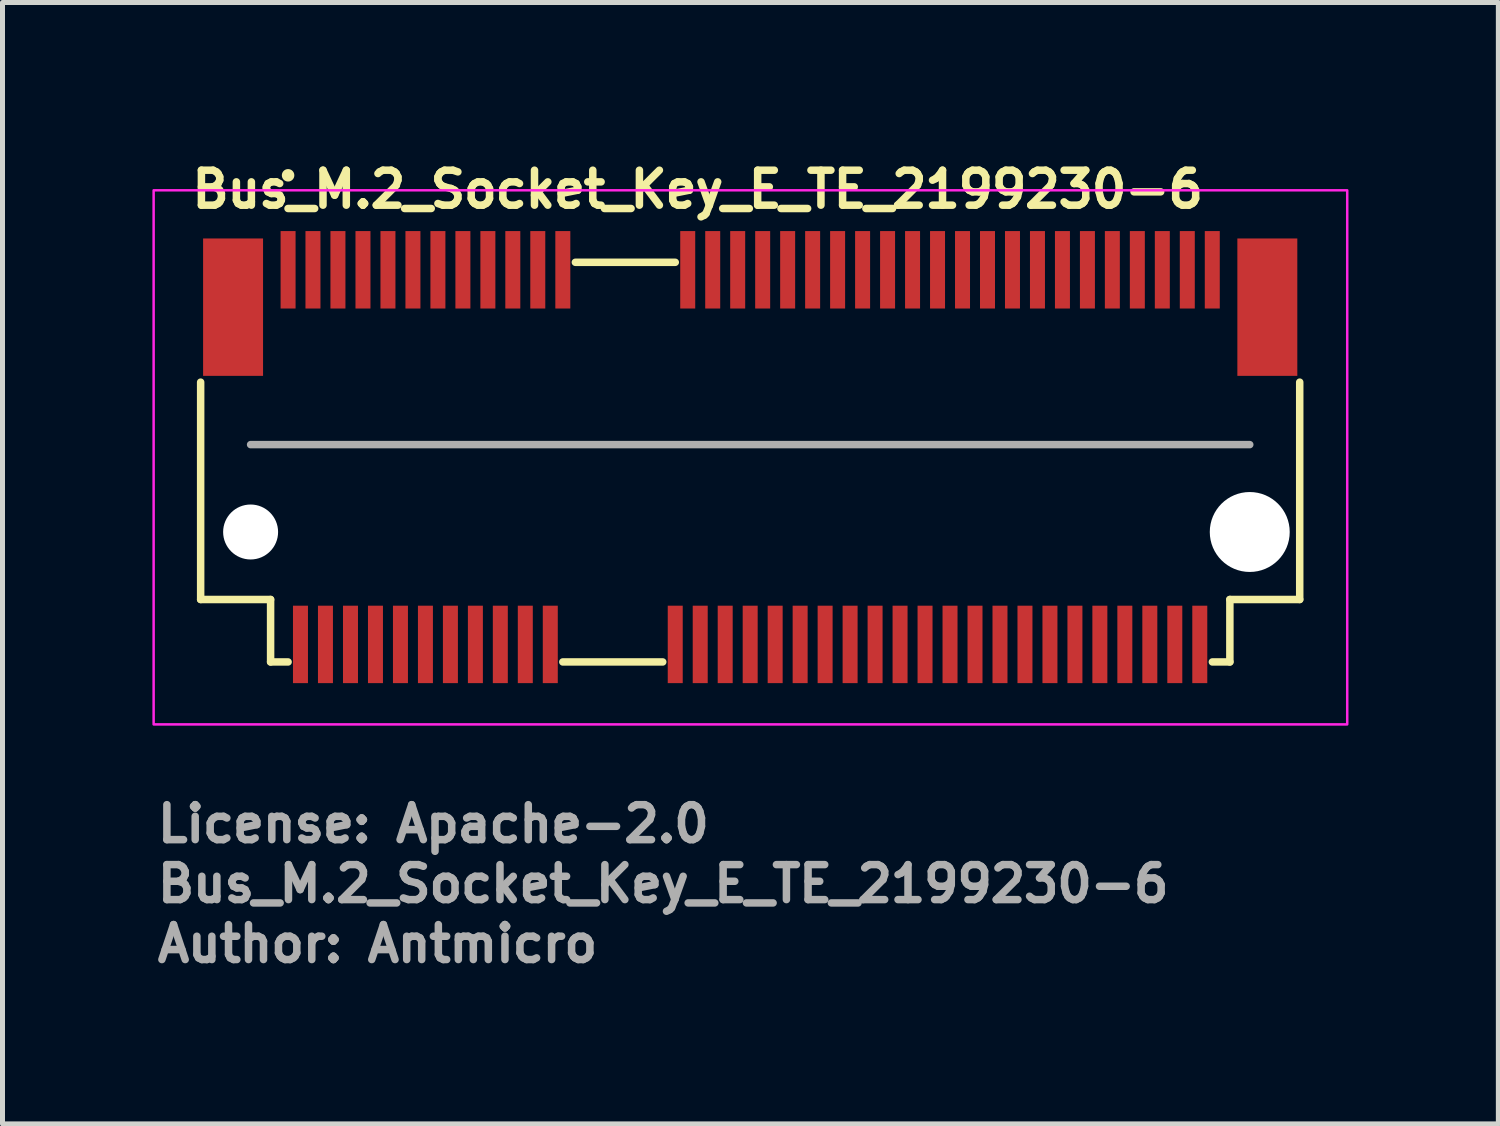
<source format=kicad_pcb>
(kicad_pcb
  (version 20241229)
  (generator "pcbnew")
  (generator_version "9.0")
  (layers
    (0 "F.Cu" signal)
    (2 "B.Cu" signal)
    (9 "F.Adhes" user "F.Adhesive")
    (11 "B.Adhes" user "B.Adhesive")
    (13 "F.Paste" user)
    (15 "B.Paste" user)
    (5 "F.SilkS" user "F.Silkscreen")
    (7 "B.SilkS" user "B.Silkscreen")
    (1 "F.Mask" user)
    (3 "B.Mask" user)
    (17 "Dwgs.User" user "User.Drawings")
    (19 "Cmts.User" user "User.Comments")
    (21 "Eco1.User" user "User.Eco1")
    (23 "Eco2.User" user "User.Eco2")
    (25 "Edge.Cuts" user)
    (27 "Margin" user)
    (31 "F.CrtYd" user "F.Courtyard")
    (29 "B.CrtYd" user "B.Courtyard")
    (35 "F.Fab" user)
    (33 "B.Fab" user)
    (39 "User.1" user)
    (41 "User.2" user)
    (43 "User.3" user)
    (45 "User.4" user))
  (footprint "Bus_M.2_Socket_Key_E_TE_2199230-6"
    (layer "F.Cu")
    (at 11.965 6.099)
    (property "Reference" "Bus_M.2_Socket_Key_E_TE_2199230-6" (at -11.249 -4.949 0) (layer "F.SilkS") (effects (font (size 0.7 0.7) (thickness 0.15)) (justify left bottom)))
    (attr smd)
    (fp_line (start -10.999 2.85) (end -10.999 -1.5) (stroke (width 0.15) (type solid)) (layer "F.SilkS"))
    (fp_line (start -9.599 2.85) (end -10.999 2.85) (stroke (width 0.15) (type solid)) (layer "F.SilkS"))
    (fp_line (start -9.599 2.85) (end -9.599 4.1) (stroke (width 0.15) (type solid)) (layer "F.SilkS"))
    (fp_line (start -9.599 4.1) (end -9.249 4.1) (stroke (width 0.15) (type solid)) (layer "F.SilkS"))
    (fp_line (start -3.75 4.1) (end -1.75 4.1) (stroke (width 0.15) (type solid)) (layer "F.SilkS"))
    (fp_line (start -3.499 -3.899) (end -1.499 -3.899) (stroke (width 0.15) (type solid)) (layer "F.SilkS"))
    (fp_line (start 9.251 4.1) (end 9.601 4.1) (stroke (width 0.15) (type solid)) (layer "F.SilkS"))
    (fp_line (start 9.601 4.1) (end 9.601 2.85) (stroke (width 0.15) (type solid)) (layer "F.SilkS"))
    (fp_line (start 10.999 -1.5) (end 10.999 2.85) (stroke (width 0.15) (type solid)) (layer "F.SilkS"))
    (fp_line (start 10.999 2.85) (end 9.601 2.85) (stroke (width 0.15) (type solid)) (layer "F.SilkS"))
    (fp_circle (center -9.249 -5.64) (end -9.199 -5.64) (stroke (width 0.15) (type solid)) (fill yes) (layer "F.SilkS"))
    (fp_rect (start -11.94 -5.34) (end 11.95 5.35) (stroke (width 0.05) (type solid)) (fill no) (layer "F.CrtYd"))
    (fp_line (start -9.999 -0.25) (end 9.999 -0.25) (stroke (width 0.15) (type solid)) (layer "F.Fab"))
    (fp_rect (start -10.949 -4.349) (end 10.95 4.35) (stroke (width 0.1) (type solid)) (fill no) (layer "User.5"))
    (fp_line (start -10.949 -3.749) (end -10.949 1.749) (stroke (width 0.02) (type solid)) (layer "User.9"))
    (fp_line (start -10.949 -3.749) (end 10.95 -3.749) (stroke (width 0.02) (type solid)) (layer "User.9"))
    (fp_line (start -10.949 2.183) (end -10.949 1.749) (stroke (width 0.02) (type solid)) (layer "User.9"))
    (fp_line (start -10.949 2.183) (end -10.949 2.183) (stroke (width 0.02) (type solid)) (layer "User.9"))
    (fp_line (start -10.949 2.374) (end -10.949 2.183) (stroke (width 0.02) (type solid)) (layer "User.9"))
    (fp_line (start -10.949 2.374) (end -10.949 2.374) (stroke (width 0.02) (type solid)) (layer "User.9"))
    (fp_line (start -10.949 2.457) (end -10.949 2.374) (stroke (width 0.02) (type solid)) (layer "User.9"))
    (fp_line (start -10.949 2.457) (end -10.949 2.457) (stroke (width 0.02) (type solid)) (layer "User.9"))
    (fp_line (start -10.949 2.531) (end -10.949 2.457) (stroke (width 0.02) (type solid)) (layer "User.9"))
    (fp_line (start -10.949 2.531) (end -10.949 2.531) (stroke (width 0.02) (type solid)) (layer "User.9"))
    (fp_line (start -10.949 2.595) (end -10.949 2.531) (stroke (width 0.02) (type solid)) (layer "User.9"))
    (fp_line (start -10.949 2.595) (end -10.949 2.595) (stroke (width 0.02) (type solid)) (layer "User.9"))
    (fp_line (start -10.949 2.651) (end -10.949 2.595) (stroke (width 0.02) (type solid)) (layer "User.9"))
    (fp_line (start -10.949 2.651) (end -10.949 2.651) (stroke (width 0.02) (type solid)) (layer "User.9"))
    (fp_line (start -10.949 2.693) (end -10.949 2.651) (stroke (width 0.02) (type solid)) (layer "User.9"))
    (fp_line (start -10.949 2.693) (end -10.949 2.693) (stroke (width 0.02) (type solid)) (layer "User.9"))
    (fp_line (start -10.949 2.725) (end -10.949 2.693) (stroke (width 0.02) (type solid)) (layer "User.9"))
    (fp_line (start -10.949 2.725) (end -10.949 2.725) (stroke (width 0.02) (type solid)) (layer "User.9"))
    (fp_line (start -10.949 2.744) (end -10.949 2.725) (stroke (width 0.02) (type solid)) (layer "User.9"))
    (fp_line (start -10.949 2.744) (end -10.949 2.744) (stroke (width 0.02) (type solid)) (layer "User.9"))
    (fp_line (start -10.949 2.749) (end -10.949 2.744) (stroke (width 0.02) (type solid)) (layer "User.9"))
    (fp_line (start -10.949 2.749) (end -10.574 2.749) (stroke (width 0.02) (type solid)) (layer "User.9"))
    (fp_line (start -10.574 1.749) (end -2.674 1.749) (stroke (width 0.02) (type solid)) (layer "User.9"))
    (fp_line (start -10.574 2.749) (end -10.55 2.749) (stroke (width 0.02) (type solid)) (layer "User.9"))
    (fp_line (start -10.55 2.749) (end -10.525 2.747) (stroke (width 0.02) (type solid)) (layer "User.9"))
    (fp_line (start -10.525 2.747) (end -10.501 2.744) (stroke (width 0.02) (type solid)) (layer "User.9"))
    (fp_line (start -10.501 2.744) (end -10.477 2.741) (stroke (width 0.02) (type solid)) (layer "User.9"))
    (fp_line (start -10.477 2.741) (end -10.453 2.733) (stroke (width 0.02) (type solid)) (layer "User.9"))
    (fp_line (start -10.453 2.733) (end -10.429 2.728) (stroke (width 0.02) (type solid)) (layer "User.9"))
    (fp_line (start -10.429 2.728) (end -10.407 2.72) (stroke (width 0.02) (type solid)) (layer "User.9"))
    (fp_line (start -10.407 2.72) (end -10.384 2.712) (stroke (width 0.02) (type solid)) (layer "User.9"))
    (fp_line (start -10.384 2.712) (end -10.362 2.701) (stroke (width 0.02) (type solid)) (layer "User.9"))
    (fp_line (start -10.362 2.701) (end -10.34 2.691) (stroke (width 0.02) (type solid)) (layer "User.9"))
    (fp_line (start -10.34 2.691) (end -10.318 2.68) (stroke (width 0.02) (type solid)) (layer "User.9"))
    (fp_line (start -10.318 2.68) (end -10.298 2.664) (stroke (width 0.02) (type solid)) (layer "User.9"))
    (fp_line (start -10.298 2.664) (end -10.278 2.651) (stroke (width 0.02) (type solid)) (layer "User.9"))
    (fp_line (start -10.278 2.651) (end -10.259 2.635) (stroke (width 0.02) (type solid)) (layer "User.9"))
    (fp_line (start -10.259 2.635) (end -10.239 2.619) (stroke (width 0.02) (type solid)) (layer "User.9"))
    (fp_line (start -10.239 2.619) (end -10.221 2.603) (stroke (width 0.02) (type solid)) (layer "User.9"))
    (fp_line (start -10.221 2.603) (end -10.221 2.603) (stroke (width 0.02) (type solid)) (layer "User.9"))
    (fp_line (start -10.221 2.603) (end -10.205 2.584) (stroke (width 0.02) (type solid)) (layer "User.9"))
    (fp_line (start -10.205 2.584) (end -10.189 2.566) (stroke (width 0.02) (type solid)) (layer "User.9"))
    (fp_line (start -10.189 2.566) (end -10.174 2.547) (stroke (width 0.02) (type solid)) (layer "User.9"))
    (fp_line (start -10.174 2.547) (end -10.16 2.528) (stroke (width 0.02) (type solid)) (layer "User.9"))
    (fp_line (start -10.16 2.528) (end -10.145 2.507) (stroke (width 0.02) (type solid)) (layer "User.9"))
    (fp_line (start -10.145 2.507) (end -10.133 2.486) (stroke (width 0.02) (type solid)) (layer "User.9"))
    (fp_line (start -10.133 2.486) (end -10.122 2.462) (stroke (width 0.02) (type solid)) (layer "User.9"))
    (fp_line (start -10.122 2.462) (end -10.113 2.441) (stroke (width 0.02) (type solid)) (layer "User.9"))
    (fp_line (start -10.113 2.441) (end -10.104 2.419) (stroke (width 0.02) (type solid)) (layer "User.9"))
    (fp_line (start -10.104 2.419) (end -10.096 2.395) (stroke (width 0.02) (type solid)) (layer "User.9"))
    (fp_line (start -10.096 2.395) (end -10.09 2.372) (stroke (width 0.02) (type solid)) (layer "User.9"))
    (fp_line (start -10.09 2.372) (end -10.084 2.348) (stroke (width 0.02) (type solid)) (layer "User.9"))
    (fp_line (start -10.084 2.348) (end -10.081 2.324) (stroke (width 0.02) (type solid)) (layer "User.9"))
    (fp_line (start -10.081 2.324) (end -10.078 2.3) (stroke (width 0.02) (type solid)) (layer "User.9"))
    (fp_line (start -10.078 2.3) (end -10.076 2.273) (stroke (width 0.02) (type solid)) (layer "User.9"))
    (fp_line (start -10.076 2.273) (end -10.075 2.249) (stroke (width 0.02) (type solid)) (layer "User.9"))
    (fp_line (start -10.075 2.103) (end -10.075 1.749) (stroke (width 0.02) (type solid)) (layer "User.9"))
    (fp_line (start -10.075 2.103) (end -10.075 2.103) (stroke (width 0.02) (type solid)) (layer "User.9"))
    (fp_line (start -10.075 2.249) (end -10.075 2.103) (stroke (width 0.02) (type solid)) (layer "User.9"))
    (fp_line (start -9.55 -3.22) (end -8.95 -3.22) (stroke (width 0.02) (type solid)) (layer "User.9"))
    (fp_line (start -9.499 1.749) (end -9.499 3.999) (stroke (width 0.02) (type solid)) (layer "User.9"))
    (fp_line (start -9.499 2.749) (end -10.574 2.749) (stroke (width 0.02) (type solid)) (layer "User.9"))
    (fp_line (start -9.499 3.999) (end -3.655 3.999) (stroke (width 0.02) (type solid)) (layer "User.9"))
    (fp_line (start -9.324 -4.349) (end -9.324 -3.85) (stroke (width 0.02) (type solid)) (layer "User.9"))
    (fp_line (start -9.324 -4.349) (end -9.176 -4.349) (stroke (width 0.02) (type solid)) (layer "User.9"))
    (fp_line (start -9.324 -3.85) (end -9.324 -3.749) (stroke (width 0.02) (type solid)) (layer "User.9"))
    (fp_line (start -9.249 -3.74) (end -9.55 -3.22) (stroke (width 0.02) (type solid)) (layer "User.9"))
    (fp_line (start -9.176 -4.349) (end -9.176 -3.85) (stroke (width 0.02) (type solid)) (layer "User.9"))
    (fp_line (start -9.176 -3.85) (end -9.176 -3.749) (stroke (width 0.02) (type solid)) (layer "User.9"))
    (fp_line (start -9.094 2.252) (end -9.074 1.981) (stroke (width 0.02) (type solid)) (layer "User.9"))
    (fp_line (start -9.094 2.252) (end -8.906 2.252) (stroke (width 0.02) (type solid)) (layer "User.9"))
    (fp_line (start -9.074 1.749) (end -9.074 1.797) (stroke (width 0.02) (type solid)) (layer "User.9"))
    (fp_line (start -9.074 1.903) (end -9.074 1.797) (stroke (width 0.02) (type solid)) (layer "User.9"))
    (fp_line (start -9.074 1.903) (end -9.074 1.981) (stroke (width 0.02) (type solid)) (layer "User.9"))
    (fp_line (start -9.074 3.999) (end -9.074 4.35) (stroke (width 0.02) (type solid)) (layer "User.9"))
    (fp_line (start -9.074 4.35) (end -8.925 4.35) (stroke (width 0.02) (type solid)) (layer "User.9"))
    (fp_line (start -8.95 -3.22) (end -9.249 -3.74) (stroke (width 0.02) (type solid)) (layer "User.9"))
    (fp_line (start -8.925 1.749) (end -8.925 1.797) (stroke (width 0.02) (type solid)) (layer "User.9"))
    (fp_line (start -8.925 1.903) (end -8.925 1.797) (stroke (width 0.02) (type solid)) (layer "User.9"))
    (fp_line (start -8.925 1.903) (end -8.925 1.981) (stroke (width 0.02) (type solid)) (layer "User.9"))
    (fp_line (start -8.925 3.999) (end -8.925 4.35) (stroke (width 0.02) (type solid)) (layer "User.9"))
    (fp_line (start -8.906 2.252) (end -8.925 1.981) (stroke (width 0.02) (type solid)) (layer "User.9"))
    (fp_line (start -8.825 -4.349) (end -8.825 -3.85) (stroke (width 0.02) (type solid)) (layer "User.9"))
    (fp_line (start -8.825 -4.349) (end -8.675 -4.349) (stroke (width 0.02) (type solid)) (layer "User.9"))
    (fp_line (start -8.825 -3.85) (end -8.825 -3.749) (stroke (width 0.02) (type solid)) (layer "User.9"))
    (fp_line (start -8.675 -4.349) (end -8.675 -3.85) (stroke (width 0.02) (type solid)) (layer "User.9"))
    (fp_line (start -8.675 -3.85) (end -8.675 -3.749) (stroke (width 0.02) (type solid)) (layer "User.9"))
    (fp_line (start -8.593 2.252) (end -8.574 1.981) (stroke (width 0.02) (type solid)) (layer "User.9"))
    (fp_line (start -8.593 2.252) (end -8.407 2.252) (stroke (width 0.02) (type solid)) (layer "User.9"))
    (fp_line (start -8.574 1.749) (end -8.574 1.797) (stroke (width 0.02) (type solid)) (layer "User.9"))
    (fp_line (start -8.574 1.903) (end -8.574 1.797) (stroke (width 0.02) (type solid)) (layer "User.9"))
    (fp_line (start -8.574 1.903) (end -8.574 1.981) (stroke (width 0.02) (type solid)) (layer "User.9"))
    (fp_line (start -8.574 3.999) (end -8.574 4.35) (stroke (width 0.02) (type solid)) (layer "User.9"))
    (fp_line (start -8.574 4.35) (end -8.425 4.35) (stroke (width 0.02) (type solid)) (layer "User.9"))
    (fp_line (start -8.425 1.749) (end -8.425 1.797) (stroke (width 0.02) (type solid)) (layer "User.9"))
    (fp_line (start -8.425 1.903) (end -8.425 1.797) (stroke (width 0.02) (type solid)) (layer "User.9"))
    (fp_line (start -8.425 1.903) (end -8.425 1.981) (stroke (width 0.02) (type solid)) (layer "User.9"))
    (fp_line (start -8.425 3.999) (end -8.425 4.35) (stroke (width 0.02) (type solid)) (layer "User.9"))
    (fp_line (start -8.407 2.252) (end -8.425 1.981) (stroke (width 0.02) (type solid)) (layer "User.9"))
    (fp_line (start -8.324 -4.349) (end -8.324 -3.85) (stroke (width 0.02) (type solid)) (layer "User.9"))
    (fp_line (start -8.324 -4.349) (end -8.175 -4.349) (stroke (width 0.02) (type solid)) (layer "User.9"))
    (fp_line (start -8.324 -3.85) (end -8.324 -3.749) (stroke (width 0.02) (type solid)) (layer "User.9"))
    (fp_line (start -8.175 -4.349) (end -8.175 -3.85) (stroke (width 0.02) (type solid)) (layer "User.9"))
    (fp_line (start -8.175 -3.85) (end -8.175 -3.749) (stroke (width 0.02) (type solid)) (layer "User.9"))
    (fp_line (start -8.093 2.252) (end -8.074 1.981) (stroke (width 0.02) (type solid)) (layer "User.9"))
    (fp_line (start -8.093 2.252) (end -7.907 2.252) (stroke (width 0.02) (type solid)) (layer "User.9"))
    (fp_line (start -8.074 1.749) (end -8.074 1.797) (stroke (width 0.02) (type solid)) (layer "User.9"))
    (fp_line (start -8.074 1.903) (end -8.074 1.797) (stroke (width 0.02) (type solid)) (layer "User.9"))
    (fp_line (start -8.074 1.903) (end -8.074 1.981) (stroke (width 0.02) (type solid)) (layer "User.9"))
    (fp_line (start -8.074 3.999) (end -8.074 4.35) (stroke (width 0.02) (type solid)) (layer "User.9"))
    (fp_line (start -8.074 4.35) (end -7.925 4.35) (stroke (width 0.02) (type solid)) (layer "User.9"))
    (fp_line (start -7.925 1.749) (end -7.925 1.797) (stroke (width 0.02) (type solid)) (layer "User.9"))
    (fp_line (start -7.925 1.903) (end -7.925 1.797) (stroke (width 0.02) (type solid)) (layer "User.9"))
    (fp_line (start -7.925 1.903) (end -7.925 1.981) (stroke (width 0.02) (type solid)) (layer "User.9"))
    (fp_line (start -7.925 3.999) (end -7.925 4.35) (stroke (width 0.02) (type solid)) (layer "User.9"))
    (fp_line (start -7.907 2.252) (end -7.925 1.981) (stroke (width 0.02) (type solid)) (layer "User.9"))
    (fp_line (start -7.826 -4.349) (end -7.826 -3.85) (stroke (width 0.02) (type solid)) (layer "User.9"))
    (fp_line (start -7.826 -4.349) (end -7.675 -4.349) (stroke (width 0.02) (type solid)) (layer "User.9"))
    (fp_line (start -7.826 -3.85) (end -7.826 -3.749) (stroke (width 0.02) (type solid)) (layer "User.9"))
    (fp_line (start -7.675 -4.349) (end -7.675 -3.85) (stroke (width 0.02) (type solid)) (layer "User.9"))
    (fp_line (start -7.675 -3.85) (end -7.675 -3.749) (stroke (width 0.02) (type solid)) (layer "User.9"))
    (fp_line (start -7.593 2.252) (end -7.576 1.981) (stroke (width 0.02) (type solid)) (layer "User.9"))
    (fp_line (start -7.593 2.252) (end -7.407 2.252) (stroke (width 0.02) (type solid)) (layer "User.9"))
    (fp_line (start -7.576 1.749) (end -7.576 1.797) (stroke (width 0.02) (type solid)) (layer "User.9"))
    (fp_line (start -7.576 1.903) (end -7.576 1.797) (stroke (width 0.02) (type solid)) (layer "User.9"))
    (fp_line (start -7.576 1.903) (end -7.576 1.981) (stroke (width 0.02) (type solid)) (layer "User.9"))
    (fp_line (start -7.576 3.999) (end -7.576 4.35) (stroke (width 0.02) (type solid)) (layer "User.9"))
    (fp_line (start -7.576 4.35) (end -7.425 4.35) (stroke (width 0.02) (type solid)) (layer "User.9"))
    (fp_line (start -7.425 1.749) (end -7.425 1.797) (stroke (width 0.02) (type solid)) (layer "User.9"))
    (fp_line (start -7.425 1.903) (end -7.425 1.797) (stroke (width 0.02) (type solid)) (layer "User.9"))
    (fp_line (start -7.425 1.903) (end -7.425 1.981) (stroke (width 0.02) (type solid)) (layer "User.9"))
    (fp_line (start -7.425 3.999) (end -7.425 4.35) (stroke (width 0.02) (type solid)) (layer "User.9"))
    (fp_line (start -7.407 2.252) (end -7.425 1.981) (stroke (width 0.02) (type solid)) (layer "User.9"))
    (fp_line (start -7.326 -4.349) (end -7.326 -3.85) (stroke (width 0.02) (type solid)) (layer "User.9"))
    (fp_line (start -7.326 -4.349) (end -7.174 -4.349) (stroke (width 0.02) (type solid)) (layer "User.9"))
    (fp_line (start -7.326 -3.85) (end -7.326 -3.749) (stroke (width 0.02) (type solid)) (layer "User.9"))
    (fp_line (start -7.174 -4.349) (end -7.174 -3.85) (stroke (width 0.02) (type solid)) (layer "User.9"))
    (fp_line (start -7.174 -3.85) (end -7.174 -3.749) (stroke (width 0.02) (type solid)) (layer "User.9"))
    (fp_line (start -7.093 2.252) (end -7.076 1.981) (stroke (width 0.02) (type solid)) (layer "User.9"))
    (fp_line (start -7.093 2.252) (end -6.907 2.252) (stroke (width 0.02) (type solid)) (layer "User.9"))
    (fp_line (start -7.076 1.749) (end -7.076 1.797) (stroke (width 0.02) (type solid)) (layer "User.9"))
    (fp_line (start -7.076 1.903) (end -7.076 1.797) (stroke (width 0.02) (type solid)) (layer "User.9"))
    (fp_line (start -7.076 1.903) (end -7.076 1.981) (stroke (width 0.02) (type solid)) (layer "User.9"))
    (fp_line (start -7.076 3.999) (end -7.076 4.35) (stroke (width 0.02) (type solid)) (layer "User.9"))
    (fp_line (start -7.076 4.35) (end -6.924 4.35) (stroke (width 0.02) (type solid)) (layer "User.9"))
    (fp_line (start -6.924 1.749) (end -6.924 1.797) (stroke (width 0.02) (type solid)) (layer "User.9"))
    (fp_line (start -6.924 1.903) (end -6.924 1.797) (stroke (width 0.02) (type solid)) (layer "User.9"))
    (fp_line (start -6.924 1.903) (end -6.924 1.981) (stroke (width 0.02) (type solid)) (layer "User.9"))
    (fp_line (start -6.924 3.999) (end -6.924 4.35) (stroke (width 0.02) (type solid)) (layer "User.9"))
    (fp_line (start -6.907 2.252) (end -6.924 1.981) (stroke (width 0.02) (type solid)) (layer "User.9"))
    (fp_line (start -6.826 -4.349) (end -6.826 -3.85) (stroke (width 0.02) (type solid)) (layer "User.9"))
    (fp_line (start -6.826 -4.349) (end -6.674 -4.349) (stroke (width 0.02) (type solid)) (layer "User.9"))
    (fp_line (start -6.826 -3.85) (end -6.826 -3.749) (stroke (width 0.02) (type solid)) (layer "User.9"))
    (fp_line (start -6.674 -4.349) (end -6.674 -3.85) (stroke (width 0.02) (type solid)) (layer "User.9"))
    (fp_line (start -6.674 -3.85) (end -6.674 -3.749) (stroke (width 0.02) (type solid)) (layer "User.9"))
    (fp_line (start -6.593 2.252) (end -6.576 1.981) (stroke (width 0.02) (type solid)) (layer "User.9"))
    (fp_line (start -6.593 2.252) (end -6.407 2.252) (stroke (width 0.02) (type solid)) (layer "User.9"))
    (fp_line (start -6.576 1.749) (end -6.576 1.797) (stroke (width 0.02) (type solid)) (layer "User.9"))
    (fp_line (start -6.576 1.903) (end -6.576 1.797) (stroke (width 0.02) (type solid)) (layer "User.9"))
    (fp_line (start -6.576 1.903) (end -6.576 1.981) (stroke (width 0.02) (type solid)) (layer "User.9"))
    (fp_line (start -6.576 3.999) (end -6.576 4.35) (stroke (width 0.02) (type solid)) (layer "User.9"))
    (fp_line (start -6.576 4.35) (end -6.424 4.35) (stroke (width 0.02) (type solid)) (layer "User.9"))
    (fp_line (start -6.424 1.749) (end -6.424 1.797) (stroke (width 0.02) (type solid)) (layer "User.9"))
    (fp_line (start -6.424 1.903) (end -6.424 1.797) (stroke (width 0.02) (type solid)) (layer "User.9"))
    (fp_line (start -6.424 1.903) (end -6.424 1.981) (stroke (width 0.02) (type solid)) (layer "User.9"))
    (fp_line (start -6.424 3.999) (end -6.424 4.35) (stroke (width 0.02) (type solid)) (layer "User.9"))
    (fp_line (start -6.407 2.252) (end -6.424 1.981) (stroke (width 0.02) (type solid)) (layer "User.9"))
    (fp_line (start -6.326 -4.349) (end -6.326 -3.85) (stroke (width 0.02) (type solid)) (layer "User.9"))
    (fp_line (start -6.326 -4.349) (end -6.174 -4.349) (stroke (width 0.02) (type solid)) (layer "User.9"))
    (fp_line (start -6.326 -3.85) (end -6.326 -3.749) (stroke (width 0.02) (type solid)) (layer "User.9"))
    (fp_line (start -6.174 -4.349) (end -6.174 -3.85) (stroke (width 0.02) (type solid)) (layer "User.9"))
    (fp_line (start -6.174 -3.85) (end -6.174 -3.749) (stroke (width 0.02) (type solid)) (layer "User.9"))
    (fp_line (start -6.093 2.252) (end -6.076 1.981) (stroke (width 0.02) (type solid)) (layer "User.9"))
    (fp_line (start -6.093 2.252) (end -5.907 2.252) (stroke (width 0.02) (type solid)) (layer "User.9"))
    (fp_line (start -6.076 1.749) (end -6.076 1.797) (stroke (width 0.02) (type solid)) (layer "User.9"))
    (fp_line (start -6.076 1.903) (end -6.076 1.797) (stroke (width 0.02) (type solid)) (layer "User.9"))
    (fp_line (start -6.076 1.903) (end -6.076 1.981) (stroke (width 0.02) (type solid)) (layer "User.9"))
    (fp_line (start -6.076 3.999) (end -6.076 4.35) (stroke (width 0.02) (type solid)) (layer "User.9"))
    (fp_line (start -6.076 4.35) (end -5.924 4.35) (stroke (width 0.02) (type solid)) (layer "User.9"))
    (fp_line (start -5.924 1.749) (end -5.924 1.797) (stroke (width 0.02) (type solid)) (layer "User.9"))
    (fp_line (start -5.924 1.903) (end -5.924 1.797) (stroke (width 0.02) (type solid)) (layer "User.9"))
    (fp_line (start -5.924 1.903) (end -5.924 1.981) (stroke (width 0.02) (type solid)) (layer "User.9"))
    (fp_line (start -5.924 3.999) (end -5.924 4.35) (stroke (width 0.02) (type solid)) (layer "User.9"))
    (fp_line (start -5.907 2.252) (end -5.924 1.981) (stroke (width 0.02) (type solid)) (layer "User.9"))
    (fp_line (start -5.826 -4.349) (end -5.826 -3.85) (stroke (width 0.02) (type solid)) (layer "User.9"))
    (fp_line (start -5.826 -4.349) (end -5.674 -4.349) (stroke (width 0.02) (type solid)) (layer "User.9"))
    (fp_line (start -5.826 -3.85) (end -5.826 -3.749) (stroke (width 0.02) (type solid)) (layer "User.9"))
    (fp_line (start -5.674 -4.349) (end -5.674 -3.85) (stroke (width 0.02) (type solid)) (layer "User.9"))
    (fp_line (start -5.674 -3.85) (end -5.674 -3.749) (stroke (width 0.02) (type solid)) (layer "User.9"))
    (fp_line (start -5.593 2.252) (end -5.576 1.981) (stroke (width 0.02) (type solid)) (layer "User.9"))
    (fp_line (start -5.593 2.252) (end -5.407 2.252) (stroke (width 0.02) (type solid)) (layer "User.9"))
    (fp_line (start -5.576 1.749) (end -5.576 1.797) (stroke (width 0.02) (type solid)) (layer "User.9"))
    (fp_line (start -5.576 1.903) (end -5.576 1.797) (stroke (width 0.02) (type solid)) (layer "User.9"))
    (fp_line (start -5.576 1.903) (end -5.576 1.981) (stroke (width 0.02) (type solid)) (layer "User.9"))
    (fp_line (start -5.576 3.999) (end -5.576 4.35) (stroke (width 0.02) (type solid)) (layer "User.9"))
    (fp_line (start -5.576 4.35) (end -5.424 4.35) (stroke (width 0.02) (type solid)) (layer "User.9"))
    (fp_line (start -5.424 1.749) (end -5.424 1.797) (stroke (width 0.02) (type solid)) (layer "User.9"))
    (fp_line (start -5.424 1.903) (end -5.424 1.797) (stroke (width 0.02) (type solid)) (layer "User.9"))
    (fp_line (start -5.424 1.903) (end -5.424 1.981) (stroke (width 0.02) (type solid)) (layer "User.9"))
    (fp_line (start -5.424 3.999) (end -5.424 4.35) (stroke (width 0.02) (type solid)) (layer "User.9"))
    (fp_line (start -5.407 2.252) (end -5.424 1.981) (stroke (width 0.02) (type solid)) (layer "User.9"))
    (fp_line (start -5.326 -4.349) (end -5.326 -3.85) (stroke (width 0.02) (type solid)) (layer "User.9"))
    (fp_line (start -5.326 -4.349) (end -5.174 -4.349) (stroke (width 0.02) (type solid)) (layer "User.9"))
    (fp_line (start -5.326 -3.85) (end -5.326 -3.749) (stroke (width 0.02) (type solid)) (layer "User.9"))
    (fp_line (start -5.174 -4.349) (end -5.174 -3.85) (stroke (width 0.02) (type solid)) (layer "User.9"))
    (fp_line (start -5.174 -3.85) (end -5.174 -3.749) (stroke (width 0.02) (type solid)) (layer "User.9"))
    (fp_line (start -5.094 2.252) (end -5.075 1.981) (stroke (width 0.02) (type solid)) (layer "User.9"))
    (fp_line (start -5.094 2.252) (end -4.907 2.252) (stroke (width 0.02) (type solid)) (layer "User.9"))
    (fp_line (start -5.075 1.749) (end -5.075 1.797) (stroke (width 0.02) (type solid)) (layer "User.9"))
    (fp_line (start -5.075 1.903) (end -5.075 1.797) (stroke (width 0.02) (type solid)) (layer "User.9"))
    (fp_line (start -5.075 1.903) (end -5.075 1.981) (stroke (width 0.02) (type solid)) (layer "User.9"))
    (fp_line (start -5.075 3.999) (end -5.075 4.35) (stroke (width 0.02) (type solid)) (layer "User.9"))
    (fp_line (start -5.075 4.35) (end -4.924 4.35) (stroke (width 0.02) (type solid)) (layer "User.9"))
    (fp_line (start -4.924 1.749) (end -4.924 1.797) (stroke (width 0.02) (type solid)) (layer "User.9"))
    (fp_line (start -4.924 1.903) (end -4.924 1.797) (stroke (width 0.02) (type solid)) (layer "User.9"))
    (fp_line (start -4.924 1.903) (end -4.924 1.981) (stroke (width 0.02) (type solid)) (layer "User.9"))
    (fp_line (start -4.924 3.999) (end -4.924 4.35) (stroke (width 0.02) (type solid)) (layer "User.9"))
    (fp_line (start -4.907 2.252) (end -4.924 1.981) (stroke (width 0.02) (type solid)) (layer "User.9"))
    (fp_line (start -4.825 -4.349) (end -4.825 -3.85) (stroke (width 0.02) (type solid)) (layer "User.9"))
    (fp_line (start -4.825 -4.349) (end -4.674 -4.349) (stroke (width 0.02) (type solid)) (layer "User.9"))
    (fp_line (start -4.825 -3.85) (end -4.825 -3.749) (stroke (width 0.02) (type solid)) (layer "User.9"))
    (fp_line (start -4.674 -4.349) (end -4.674 -3.85) (stroke (width 0.02) (type solid)) (layer "User.9"))
    (fp_line (start -4.674 -3.85) (end -4.674 -3.749) (stroke (width 0.02) (type solid)) (layer "User.9"))
    (fp_line (start -4.594 2.252) (end -4.575 1.981) (stroke (width 0.02) (type solid)) (layer "User.9"))
    (fp_line (start -4.594 2.252) (end -4.407 2.252) (stroke (width 0.02) (type solid)) (layer "User.9"))
    (fp_line (start -4.575 1.749) (end -4.575 1.797) (stroke (width 0.02) (type solid)) (layer "User.9"))
    (fp_line (start -4.575 1.903) (end -4.575 1.797) (stroke (width 0.02) (type solid)) (layer "User.9"))
    (fp_line (start -4.575 1.903) (end -4.575 1.981) (stroke (width 0.02) (type solid)) (layer "User.9"))
    (fp_line (start -4.575 3.999) (end -4.575 4.35) (stroke (width 0.02) (type solid)) (layer "User.9"))
    (fp_line (start -4.575 4.35) (end -4.424 4.35) (stroke (width 0.02) (type solid)) (layer "User.9"))
    (fp_line (start -4.424 1.749) (end -4.424 1.797) (stroke (width 0.02) (type solid)) (layer "User.9"))
    (fp_line (start -4.424 1.903) (end -4.424 1.797) (stroke (width 0.02) (type solid)) (layer "User.9"))
    (fp_line (start -4.424 1.903) (end -4.424 1.981) (stroke (width 0.02) (type solid)) (layer "User.9"))
    (fp_line (start -4.424 3.999) (end -4.424 4.35) (stroke (width 0.02) (type solid)) (layer "User.9"))
    (fp_line (start -4.407 2.252) (end -4.424 1.981) (stroke (width 0.02) (type solid)) (layer "User.9"))
    (fp_line (start -4.325 -4.349) (end -4.325 -3.85) (stroke (width 0.02) (type solid)) (layer "User.9"))
    (fp_line (start -4.325 -4.349) (end -4.174 -4.349) (stroke (width 0.02) (type solid)) (layer "User.9"))
    (fp_line (start -4.325 -3.85) (end -4.325 -3.749) (stroke (width 0.02) (type solid)) (layer "User.9"))
    (fp_line (start -4.174 -4.349) (end -4.174 -3.85) (stroke (width 0.02) (type solid)) (layer "User.9"))
    (fp_line (start -4.174 -3.85) (end -4.174 -3.749) (stroke (width 0.02) (type solid)) (layer "User.9"))
    (fp_line (start -4.094 2.252) (end -4.075 1.981) (stroke (width 0.02) (type solid)) (layer "User.9"))
    (fp_line (start -4.094 2.252) (end -3.907 2.252) (stroke (width 0.02) (type solid)) (layer "User.9"))
    (fp_line (start -4.075 1.749) (end -4.075 1.797) (stroke (width 0.02) (type solid)) (layer "User.9"))
    (fp_line (start -4.075 1.903) (end -4.075 1.797) (stroke (width 0.02) (type solid)) (layer "User.9"))
    (fp_line (start -4.075 1.903) (end -4.075 1.981) (stroke (width 0.02) (type solid)) (layer "User.9"))
    (fp_line (start -4.075 3.999) (end -4.075 4.35) (stroke (width 0.02) (type solid)) (layer "User.9"))
    (fp_line (start -4.075 4.35) (end -3.924 4.35) (stroke (width 0.02) (type solid)) (layer "User.9"))
    (fp_line (start -3.924 1.749) (end -3.924 1.797) (stroke (width 0.02) (type solid)) (layer "User.9"))
    (fp_line (start -3.924 1.903) (end -3.924 1.797) (stroke (width 0.02) (type solid)) (layer "User.9"))
    (fp_line (start -3.924 1.903) (end -3.924 1.981) (stroke (width 0.02) (type solid)) (layer "User.9"))
    (fp_line (start -3.924 3.999) (end -3.924 4.35) (stroke (width 0.02) (type solid)) (layer "User.9"))
    (fp_line (start -3.907 2.252) (end -3.924 1.981) (stroke (width 0.02) (type solid)) (layer "User.9"))
    (fp_line (start -3.825 -4.349) (end -3.825 -3.85) (stroke (width 0.02) (type solid)) (layer "User.9"))
    (fp_line (start -3.825 -4.349) (end -3.674 -4.349) (stroke (width 0.02) (type solid)) (layer "User.9"))
    (fp_line (start -3.825 -3.85) (end -3.825 -3.749) (stroke (width 0.02) (type solid)) (layer "User.9"))
    (fp_line (start -3.674 -4.349) (end -3.674 -3.85) (stroke (width 0.02) (type solid)) (layer "User.9"))
    (fp_line (start -3.674 -3.85) (end -3.674 -3.749) (stroke (width 0.02) (type solid)) (layer "User.9"))
    (fp_line (start -3.655 1.749) (end -3.655 3.999) (stroke (width 0.02) (type solid)) (layer "User.9"))
    (fp_line (start -3.655 3.999) (end -3.546 3.999) (stroke (width 0.02) (type solid)) (layer "User.9"))
    (fp_line (start -3.546 3.749) (end -3.546 3.999) (stroke (width 0.02) (type solid)) (layer "User.9"))
    (fp_line (start -3.546 3.749) (end -1.955 3.749) (stroke (width 0.02) (type solid)) (layer "User.9"))
    (fp_line (start -3.174 2.103) (end -3.174 1.749) (stroke (width 0.02) (type solid)) (layer "User.9"))
    (fp_line (start -3.174 2.103) (end -3.174 2.103) (stroke (width 0.02) (type solid)) (layer "User.9"))
    (fp_line (start -3.174 2.249) (end -3.174 2.103) (stroke (width 0.02) (type solid)) (layer "User.9"))
    (fp_line (start -3.174 2.249) (end -3.174 2.273) (stroke (width 0.02) (type solid)) (layer "User.9"))
    (fp_line (start -3.174 2.273) (end -3.173 2.3) (stroke (width 0.02) (type solid)) (layer "User.9"))
    (fp_line (start -3.173 2.3) (end -3.17 2.324) (stroke (width 0.02) (type solid)) (layer "User.9"))
    (fp_line (start -3.17 2.324) (end -3.165 2.348) (stroke (width 0.02) (type solid)) (layer "User.9"))
    (fp_line (start -3.165 2.348) (end -3.16 2.372) (stroke (width 0.02) (type solid)) (layer "User.9"))
    (fp_line (start -3.16 2.372) (end -3.154 2.395) (stroke (width 0.02) (type solid)) (layer "User.9"))
    (fp_line (start -3.154 2.395) (end -3.146 2.419) (stroke (width 0.02) (type solid)) (layer "User.9"))
    (fp_line (start -3.146 2.419) (end -3.136 2.441) (stroke (width 0.02) (type solid)) (layer "User.9"))
    (fp_line (start -3.136 2.441) (end -3.128 2.462) (stroke (width 0.02) (type solid)) (layer "User.9"))
    (fp_line (start -3.128 2.462) (end -3.117 2.486) (stroke (width 0.02) (type solid)) (layer "User.9"))
    (fp_line (start -3.117 2.486) (end -3.104 2.507) (stroke (width 0.02) (type solid)) (layer "User.9"))
    (fp_line (start -3.104 2.507) (end -3.091 2.528) (stroke (width 0.02) (type solid)) (layer "User.9"))
    (fp_line (start -3.091 2.528) (end -3.077 2.547) (stroke (width 0.02) (type solid)) (layer "User.9"))
    (fp_line (start -3.077 2.547) (end -3.062 2.566) (stroke (width 0.02) (type solid)) (layer "User.9"))
    (fp_line (start -3.062 2.566) (end -3.046 2.584) (stroke (width 0.02) (type solid)) (layer "User.9"))
    (fp_line (start -3.046 2.584) (end -3.029 2.603) (stroke (width 0.02) (type solid)) (layer "User.9"))
    (fp_line (start -3.029 2.603) (end -3.029 2.603) (stroke (width 0.02) (type solid)) (layer "User.9"))
    (fp_line (start -3.029 2.603) (end -3.011 2.619) (stroke (width 0.02) (type solid)) (layer "User.9"))
    (fp_line (start -3.011 2.619) (end -2.992 2.635) (stroke (width 0.02) (type solid)) (layer "User.9"))
    (fp_line (start -2.992 2.635) (end -2.972 2.651) (stroke (width 0.02) (type solid)) (layer "User.9"))
    (fp_line (start -2.972 2.651) (end -2.953 2.664) (stroke (width 0.02) (type solid)) (layer "User.9"))
    (fp_line (start -2.953 2.664) (end -2.931 2.68) (stroke (width 0.02) (type solid)) (layer "User.9"))
    (fp_line (start -2.931 2.68) (end -2.91 2.691) (stroke (width 0.02) (type solid)) (layer "User.9"))
    (fp_line (start -2.91 2.691) (end -2.889 2.701) (stroke (width 0.02) (type solid)) (layer "User.9"))
    (fp_line (start -2.889 2.701) (end -2.867 2.712) (stroke (width 0.02) (type solid)) (layer "User.9"))
    (fp_line (start -2.867 2.712) (end -2.844 2.72) (stroke (width 0.02) (type solid)) (layer "User.9"))
    (fp_line (start -2.844 2.72) (end -2.82 2.728) (stroke (width 0.02) (type solid)) (layer "User.9"))
    (fp_line (start -2.82 2.728) (end -2.796 2.733) (stroke (width 0.02) (type solid)) (layer "User.9"))
    (fp_line (start -2.796 2.733) (end -2.774 2.741) (stroke (width 0.02) (type solid)) (layer "User.9"))
    (fp_line (start -2.774 2.741) (end -2.748 2.744) (stroke (width 0.02) (type solid)) (layer "User.9"))
    (fp_line (start -2.748 2.744) (end -2.724 2.747) (stroke (width 0.02) (type solid)) (layer "User.9"))
    (fp_line (start -2.724 2.747) (end -2.7 2.749) (stroke (width 0.02) (type solid)) (layer "User.9"))
    (fp_line (start -2.7 2.749) (end -2.674 2.749) (stroke (width 0.02) (type solid)) (layer "User.9"))
    (fp_line (start -2.674 2.749) (end -2.575 2.749) (stroke (width 0.02) (type solid)) (layer "User.9"))
    (fp_line (start -2.575 1.749) (end 10.575 1.749) (stroke (width 0.02) (type solid)) (layer "User.9"))
    (fp_line (start -2.551 2.749) (end -2.575 2.749) (stroke (width 0.02) (type solid)) (layer "User.9"))
    (fp_line (start -2.525 2.747) (end -2.551 2.749) (stroke (width 0.02) (type solid)) (layer "User.9"))
    (fp_line (start -2.501 2.744) (end -2.525 2.747) (stroke (width 0.02) (type solid)) (layer "User.9"))
    (fp_line (start -2.476 2.741) (end -2.501 2.744) (stroke (width 0.02) (type solid)) (layer "User.9"))
    (fp_line (start -2.453 2.733) (end -2.476 2.741) (stroke (width 0.02) (type solid)) (layer "User.9"))
    (fp_line (start -2.429 2.728) (end -2.453 2.733) (stroke (width 0.02) (type solid)) (layer "User.9"))
    (fp_line (start -2.407 2.72) (end -2.429 2.728) (stroke (width 0.02) (type solid)) (layer "User.9"))
    (fp_line (start -2.383 2.712) (end -2.407 2.72) (stroke (width 0.02) (type solid)) (layer "User.9"))
    (fp_line (start -2.362 2.701) (end -2.383 2.712) (stroke (width 0.02) (type solid)) (layer "User.9"))
    (fp_line (start -2.34 2.691) (end -2.362 2.701) (stroke (width 0.02) (type solid)) (layer "User.9"))
    (fp_line (start -2.319 2.68) (end -2.34 2.691) (stroke (width 0.02) (type solid)) (layer "User.9"))
    (fp_line (start -2.298 2.664) (end -2.319 2.68) (stroke (width 0.02) (type solid)) (layer "User.9"))
    (fp_line (start -2.277 2.651) (end -2.298 2.664) (stroke (width 0.02) (type solid)) (layer "User.9"))
    (fp_line (start -2.258 2.635) (end -2.277 2.651) (stroke (width 0.02) (type solid)) (layer "User.9"))
    (fp_line (start -2.24 2.619) (end -2.258 2.635) (stroke (width 0.02) (type solid)) (layer "User.9"))
    (fp_line (start -2.221 2.603) (end -2.24 2.619) (stroke (width 0.02) (type solid)) (layer "User.9"))
    (fp_line (start -2.221 2.603) (end -2.221 2.603) (stroke (width 0.02) (type solid)) (layer "User.9"))
    (fp_line (start -2.205 2.584) (end -2.221 2.603) (stroke (width 0.02) (type solid)) (layer "User.9"))
    (fp_line (start -2.189 2.566) (end -2.205 2.584) (stroke (width 0.02) (type solid)) (layer "User.9"))
    (fp_line (start -2.173 2.547) (end -2.189 2.566) (stroke (width 0.02) (type solid)) (layer "User.9"))
    (fp_line (start -2.16 2.528) (end -2.173 2.547) (stroke (width 0.02) (type solid)) (layer "User.9"))
    (fp_line (start -2.146 2.507) (end -2.16 2.528) (stroke (width 0.02) (type solid)) (layer "User.9"))
    (fp_line (start -2.133 2.486) (end -2.146 2.507) (stroke (width 0.02) (type solid)) (layer "User.9"))
    (fp_line (start -2.123 2.462) (end -2.133 2.486) (stroke (width 0.02) (type solid)) (layer "User.9"))
    (fp_line (start -2.114 2.441) (end -2.123 2.462) (stroke (width 0.02) (type solid)) (layer "User.9"))
    (fp_line (start -2.104 2.419) (end -2.114 2.441) (stroke (width 0.02) (type solid)) (layer "User.9"))
    (fp_line (start -2.096 2.395) (end -2.104 2.419) (stroke (width 0.02) (type solid)) (layer "User.9"))
    (fp_line (start -2.091 2.372) (end -2.096 2.395) (stroke (width 0.02) (type solid)) (layer "User.9"))
    (fp_line (start -2.085 2.348) (end -2.091 2.372) (stroke (width 0.02) (type solid)) (layer "User.9"))
    (fp_line (start -2.08 2.324) (end -2.085 2.348) (stroke (width 0.02) (type solid)) (layer "User.9"))
    (fp_line (start -2.078 2.3) (end -2.08 2.324) (stroke (width 0.02) (type solid)) (layer "User.9"))
    (fp_line (start -2.075 1.749) (end -2.075 2.103) (stroke (width 0.02) (type solid)) (layer "User.9"))
    (fp_line (start -2.075 2.103) (end -2.075 2.103) (stroke (width 0.02) (type solid)) (layer "User.9"))
    (fp_line (start -2.075 2.103) (end -2.075 2.249) (stroke (width 0.02) (type solid)) (layer "User.9"))
    (fp_line (start -2.075 2.249) (end -2.075 2.273) (stroke (width 0.02) (type solid)) (layer "User.9"))
    (fp_line (start -2.075 2.273) (end -2.078 2.3) (stroke (width 0.02) (type solid)) (layer "User.9"))
    (fp_line (start -1.955 3.749) (end -1.955 3.999) (stroke (width 0.02) (type solid)) (layer "User.9"))
    (fp_line (start -1.955 3.999) (end -1.844 3.999) (stroke (width 0.02) (type solid)) (layer "User.9"))
    (fp_line (start -1.844 1.749) (end -1.844 3.999) (stroke (width 0.02) (type solid)) (layer "User.9"))
    (fp_line (start -1.844 3.999) (end 9.499 3.999) (stroke (width 0.02) (type solid)) (layer "User.9"))
    (fp_line (start -1.593 2.252) (end -1.575 1.981) (stroke (width 0.02) (type solid)) (layer "User.9"))
    (fp_line (start -1.593 2.252) (end -1.407 2.252) (stroke (width 0.02) (type solid)) (layer "User.9"))
    (fp_line (start -1.575 1.749) (end -1.575 1.797) (stroke (width 0.02) (type solid)) (layer "User.9"))
    (fp_line (start -1.575 1.903) (end -1.575 1.797) (stroke (width 0.02) (type solid)) (layer "User.9"))
    (fp_line (start -1.575 1.903) (end -1.575 1.981) (stroke (width 0.02) (type solid)) (layer "User.9"))
    (fp_line (start -1.575 3.999) (end -1.575 4.35) (stroke (width 0.02) (type solid)) (layer "User.9"))
    (fp_line (start -1.575 4.35) (end -1.424 4.35) (stroke (width 0.02) (type solid)) (layer "User.9"))
    (fp_line (start -1.424 1.749) (end -1.424 1.797) (stroke (width 0.02) (type solid)) (layer "User.9"))
    (fp_line (start -1.424 1.903) (end -1.424 1.797) (stroke (width 0.02) (type solid)) (layer "User.9"))
    (fp_line (start -1.424 1.903) (end -1.424 1.981) (stroke (width 0.02) (type solid)) (layer "User.9"))
    (fp_line (start -1.424 3.999) (end -1.424 4.35) (stroke (width 0.02) (type solid)) (layer "User.9"))
    (fp_line (start -1.407 2.252) (end -1.424 1.981) (stroke (width 0.02) (type solid)) (layer "User.9"))
    (fp_line (start -1.325 -4.349) (end -1.325 -3.85) (stroke (width 0.02) (type solid)) (layer "User.9"))
    (fp_line (start -1.325 -4.349) (end -1.176 -4.349) (stroke (width 0.02) (type solid)) (layer "User.9"))
    (fp_line (start -1.325 -3.85) (end -1.325 -3.749) (stroke (width 0.02) (type solid)) (layer "User.9"))
    (fp_line (start -1.176 -4.349) (end -1.176 -3.85) (stroke (width 0.02) (type solid)) (layer "User.9"))
    (fp_line (start -1.176 -3.85) (end -1.176 -3.749) (stroke (width 0.02) (type solid)) (layer "User.9"))
    (fp_line (start -1.093 2.252) (end -1.073 1.981) (stroke (width 0.02) (type solid)) (layer "User.9"))
    (fp_line (start -1.093 2.252) (end -0.907 2.252) (stroke (width 0.02) (type solid)) (layer "User.9"))
    (fp_line (start -1.073 1.749) (end -1.073 1.797) (stroke (width 0.02) (type solid)) (layer "User.9"))
    (fp_line (start -1.073 1.903) (end -1.073 1.797) (stroke (width 0.02) (type solid)) (layer "User.9"))
    (fp_line (start -1.073 1.903) (end -1.073 1.981) (stroke (width 0.02) (type solid)) (layer "User.9"))
    (fp_line (start -1.073 3.999) (end -1.073 4.35) (stroke (width 0.02) (type solid)) (layer "User.9"))
    (fp_line (start -1.073 4.35) (end -0.926 4.35) (stroke (width 0.02) (type solid)) (layer "User.9"))
    (fp_line (start -0.926 1.749) (end -0.926 1.797) (stroke (width 0.02) (type solid)) (layer "User.9"))
    (fp_line (start -0.926 1.903) (end -0.926 1.797) (stroke (width 0.02) (type solid)) (layer "User.9"))
    (fp_line (start -0.926 1.903) (end -0.926 1.981) (stroke (width 0.02) (type solid)) (layer "User.9"))
    (fp_line (start -0.926 3.999) (end -0.926 4.35) (stroke (width 0.02) (type solid)) (layer "User.9"))
    (fp_line (start -0.907 2.252) (end -0.926 1.981) (stroke (width 0.02) (type solid)) (layer "User.9"))
    (fp_line (start -0.823 -4.349) (end -0.823 -3.85) (stroke (width 0.02) (type solid)) (layer "User.9"))
    (fp_line (start -0.823 -4.349) (end -0.676 -4.349) (stroke (width 0.02) (type solid)) (layer "User.9"))
    (fp_line (start -0.823 -3.85) (end -0.823 -3.749) (stroke (width 0.02) (type solid)) (layer "User.9"))
    (fp_line (start -0.676 -4.349) (end -0.676 -3.85) (stroke (width 0.02) (type solid)) (layer "User.9"))
    (fp_line (start -0.676 -3.85) (end -0.676 -3.749) (stroke (width 0.02) (type solid)) (layer "User.9"))
    (fp_line (start -0.593 2.252) (end -0.573 1.981) (stroke (width 0.02) (type solid)) (layer "User.9"))
    (fp_line (start -0.593 2.252) (end -0.407 2.252) (stroke (width 0.02) (type solid)) (layer "User.9"))
    (fp_line (start -0.573 1.749) (end -0.573 1.797) (stroke (width 0.02) (type solid)) (layer "User.9"))
    (fp_line (start -0.573 1.903) (end -0.573 1.797) (stroke (width 0.02) (type solid)) (layer "User.9"))
    (fp_line (start -0.573 1.903) (end -0.573 1.981) (stroke (width 0.02) (type solid)) (layer "User.9"))
    (fp_line (start -0.573 3.999) (end -0.573 4.35) (stroke (width 0.02) (type solid)) (layer "User.9"))
    (fp_line (start -0.573 4.35) (end -0.426 4.35) (stroke (width 0.02) (type solid)) (layer "User.9"))
    (fp_line (start -0.426 1.749) (end -0.426 1.797) (stroke (width 0.02) (type solid)) (layer "User.9"))
    (fp_line (start -0.426 1.903) (end -0.426 1.797) (stroke (width 0.02) (type solid)) (layer "User.9"))
    (fp_line (start -0.426 1.903) (end -0.426 1.981) (stroke (width 0.02) (type solid)) (layer "User.9"))
    (fp_line (start -0.426 3.999) (end -0.426 4.35) (stroke (width 0.02) (type solid)) (layer "User.9"))
    (fp_line (start -0.407 2.252) (end -0.426 1.981) (stroke (width 0.02) (type solid)) (layer "User.9"))
    (fp_line (start -0.323 -4.349) (end -0.323 -3.85) (stroke (width 0.02) (type solid)) (layer "User.9"))
    (fp_line (start -0.323 -4.349) (end -0.176 -4.349) (stroke (width 0.02) (type solid)) (layer "User.9"))
    (fp_line (start -0.323 -3.85) (end -0.323 -3.749) (stroke (width 0.02) (type solid)) (layer "User.9"))
    (fp_line (start -0.176 -4.349) (end -0.176 -3.85) (stroke (width 0.02) (type solid)) (layer "User.9"))
    (fp_line (start -0.176 -3.85) (end -0.176 -3.749) (stroke (width 0.02) (type solid)) (layer "User.9"))
    (fp_line (start -0.092 2.252) (end -0.073 1.981) (stroke (width 0.02) (type solid)) (layer "User.9"))
    (fp_line (start -0.092 2.252) (end 0.092 2.252) (stroke (width 0.02) (type solid)) (layer "User.9"))
    (fp_line (start -0.073 1.749) (end -0.073 1.797) (stroke (width 0.02) (type solid)) (layer "User.9"))
    (fp_line (start -0.073 1.903) (end -0.073 1.797) (stroke (width 0.02) (type solid)) (layer "User.9"))
    (fp_line (start -0.073 1.903) (end -0.073 1.981) (stroke (width 0.02) (type solid)) (layer "User.9"))
    (fp_line (start -0.073 3.999) (end -0.073 4.35) (stroke (width 0.02) (type solid)) (layer "User.9"))
    (fp_line (start -0.073 4.35) (end 0.073 4.35) (stroke (width 0.02) (type solid)) (layer "User.9"))
    (fp_line (start 0.073 1.749) (end 0.073 1.797) (stroke (width 0.02) (type solid)) (layer "User.9"))
    (fp_line (start 0.073 1.903) (end 0.073 1.797) (stroke (width 0.02) (type solid)) (layer "User.9"))
    (fp_line (start 0.073 1.903) (end 0.073 1.981) (stroke (width 0.02) (type solid)) (layer "User.9"))
    (fp_line (start 0.073 3.999) (end 0.073 4.35) (stroke (width 0.02) (type solid)) (layer "User.9"))
    (fp_line (start 0.092 2.252) (end 0.073 1.981) (stroke (width 0.02) (type solid)) (layer "User.9"))
    (fp_line (start 0.176 -4.349) (end 0.176 -3.85) (stroke (width 0.02) (type solid)) (layer "User.9"))
    (fp_line (start 0.176 -4.349) (end 0.323 -4.349) (stroke (width 0.02) (type solid)) (layer "User.9"))
    (fp_line (start 0.176 -3.85) (end 0.176 -3.749) (stroke (width 0.02) (type solid)) (layer "User.9"))
    (fp_line (start 0.323 -4.349) (end 0.323 -3.85) (stroke (width 0.02) (type solid)) (layer "User.9"))
    (fp_line (start 0.323 -3.85) (end 0.323 -3.749) (stroke (width 0.02) (type solid)) (layer "User.9"))
    (fp_line (start 0.407 2.252) (end 0.426 1.981) (stroke (width 0.02) (type solid)) (layer "User.9"))
    (fp_line (start 0.407 2.252) (end 0.593 2.252) (stroke (width 0.02) (type solid)) (layer "User.9"))
    (fp_line (start 0.426 1.749) (end 0.426 1.797) (stroke (width 0.02) (type solid)) (layer "User.9"))
    (fp_line (start 0.426 1.903) (end 0.426 1.797) (stroke (width 0.02) (type solid)) (layer "User.9"))
    (fp_line (start 0.426 1.903) (end 0.426 1.981) (stroke (width 0.02) (type solid)) (layer "User.9"))
    (fp_line (start 0.426 3.999) (end 0.426 4.35) (stroke (width 0.02) (type solid)) (layer "User.9"))
    (fp_line (start 0.426 4.35) (end 0.573 4.35) (stroke (width 0.02) (type solid)) (layer "User.9"))
    (fp_line (start 0.573 1.749) (end 0.573 1.797) (stroke (width 0.02) (type solid)) (layer "User.9"))
    (fp_line (start 0.573 1.903) (end 0.573 1.797) (stroke (width 0.02) (type solid)) (layer "User.9"))
    (fp_line (start 0.573 1.903) (end 0.573 1.981) (stroke (width 0.02) (type solid)) (layer "User.9"))
    (fp_line (start 0.573 3.999) (end 0.573 4.35) (stroke (width 0.02) (type solid)) (layer "User.9"))
    (fp_line (start 0.593 2.252) (end 0.573 1.981) (stroke (width 0.02) (type solid)) (layer "User.9"))
    (fp_line (start 0.676 -4.349) (end 0.676 -3.85) (stroke (width 0.02) (type solid)) (layer "User.9"))
    (fp_line (start 0.676 -4.349) (end 0.823 -4.349) (stroke (width 0.02) (type solid)) (layer "User.9"))
    (fp_line (start 0.676 -3.85) (end 0.676 -3.749) (stroke (width 0.02) (type solid)) (layer "User.9"))
    (fp_line (start 0.823 -4.349) (end 0.823 -3.85) (stroke (width 0.02) (type solid)) (layer "User.9"))
    (fp_line (start 0.823 -3.85) (end 0.823 -3.749) (stroke (width 0.02) (type solid)) (layer "User.9"))
    (fp_line (start 0.907 2.252) (end 0.926 1.981) (stroke (width 0.02) (type solid)) (layer "User.9"))
    (fp_line (start 0.907 2.252) (end 1.093 2.252) (stroke (width 0.02) (type solid)) (layer "User.9"))
    (fp_line (start 0.926 1.749) (end 0.926 1.797) (stroke (width 0.02) (type solid)) (layer "User.9"))
    (fp_line (start 0.926 1.903) (end 0.926 1.797) (stroke (width 0.02) (type solid)) (layer "User.9"))
    (fp_line (start 0.926 1.903) (end 0.926 1.981) (stroke (width 0.02) (type solid)) (layer "User.9"))
    (fp_line (start 0.926 3.999) (end 0.926 4.35) (stroke (width 0.02) (type solid)) (layer "User.9"))
    (fp_line (start 0.926 4.35) (end 1.073 4.35) (stroke (width 0.02) (type solid)) (layer "User.9"))
    (fp_line (start 1.073 1.749) (end 1.073 1.797) (stroke (width 0.02) (type solid)) (layer "User.9"))
    (fp_line (start 1.073 1.903) (end 1.073 1.797) (stroke (width 0.02) (type solid)) (layer "User.9"))
    (fp_line (start 1.073 1.903) (end 1.073 1.981) (stroke (width 0.02) (type solid)) (layer "User.9"))
    (fp_line (start 1.073 3.999) (end 1.073 4.35) (stroke (width 0.02) (type solid)) (layer "User.9"))
    (fp_line (start 1.093 2.252) (end 1.073 1.981) (stroke (width 0.02) (type solid)) (layer "User.9"))
    (fp_line (start 1.176 -4.349) (end 1.176 -3.85) (stroke (width 0.02) (type solid)) (layer "User.9"))
    (fp_line (start 1.176 -4.349) (end 1.323 -4.349) (stroke (width 0.02) (type solid)) (layer "User.9"))
    (fp_line (start 1.176 -3.85) (end 1.176 -3.749) (stroke (width 0.02) (type solid)) (layer "User.9"))
    (fp_line (start 1.323 -4.349) (end 1.323 -3.85) (stroke (width 0.02) (type solid)) (layer "User.9"))
    (fp_line (start 1.323 -3.85) (end 1.323 -3.749) (stroke (width 0.02) (type solid)) (layer "User.9"))
    (fp_line (start 1.407 2.252) (end 1.426 1.981) (stroke (width 0.02) (type solid)) (layer "User.9"))
    (fp_line (start 1.407 2.252) (end 1.593 2.252) (stroke (width 0.02) (type solid)) (layer "User.9"))
    (fp_line (start 1.426 1.749) (end 1.426 1.797) (stroke (width 0.02) (type solid)) (layer "User.9"))
    (fp_line (start 1.426 1.903) (end 1.426 1.797) (stroke (width 0.02) (type solid)) (layer "User.9"))
    (fp_line (start 1.426 1.903) (end 1.426 1.981) (stroke (width 0.02) (type solid)) (layer "User.9"))
    (fp_line (start 1.426 3.999) (end 1.426 4.35) (stroke (width 0.02) (type solid)) (layer "User.9"))
    (fp_line (start 1.426 4.35) (end 1.573 4.35) (stroke (width 0.02) (type solid)) (layer "User.9"))
    (fp_line (start 1.573 1.749) (end 1.573 1.797) (stroke (width 0.02) (type solid)) (layer "User.9"))
    (fp_line (start 1.573 1.903) (end 1.573 1.797) (stroke (width 0.02) (type solid)) (layer "User.9"))
    (fp_line (start 1.573 1.903) (end 1.573 1.981) (stroke (width 0.02) (type solid)) (layer "User.9"))
    (fp_line (start 1.573 3.999) (end 1.573 4.35) (stroke (width 0.02) (type solid)) (layer "User.9"))
    (fp_line (start 1.593 2.252) (end 1.573 1.981) (stroke (width 0.02) (type solid)) (layer "User.9"))
    (fp_line (start 1.676 -4.349) (end 1.676 -3.85) (stroke (width 0.02) (type solid)) (layer "User.9"))
    (fp_line (start 1.676 -4.349) (end 1.823 -4.349) (stroke (width 0.02) (type solid)) (layer "User.9"))
    (fp_line (start 1.676 -3.85) (end 1.676 -3.749) (stroke (width 0.02) (type solid)) (layer "User.9"))
    (fp_line (start 1.823 -4.349) (end 1.823 -3.85) (stroke (width 0.02) (type solid)) (layer "User.9"))
    (fp_line (start 1.823 -3.85) (end 1.823 -3.749) (stroke (width 0.02) (type solid)) (layer "User.9"))
    (fp_line (start 1.907 2.252) (end 1.926 1.981) (stroke (width 0.02) (type solid)) (layer "User.9"))
    (fp_line (start 1.907 2.252) (end 2.093 2.252) (stroke (width 0.02) (type solid)) (layer "User.9"))
    (fp_line (start 1.926 1.749) (end 1.926 1.797) (stroke (width 0.02) (type solid)) (layer "User.9"))
    (fp_line (start 1.926 1.903) (end 1.926 1.797) (stroke (width 0.02) (type solid)) (layer "User.9"))
    (fp_line (start 1.926 1.903) (end 1.926 1.981) (stroke (width 0.02) (type solid)) (layer "User.9"))
    (fp_line (start 1.926 3.999) (end 1.926 4.35) (stroke (width 0.02) (type solid)) (layer "User.9"))
    (fp_line (start 1.926 4.35) (end 2.074 4.35) (stroke (width 0.02) (type solid)) (layer "User.9"))
    (fp_line (start 2.074 1.749) (end 2.074 1.797) (stroke (width 0.02) (type solid)) (layer "User.9"))
    (fp_line (start 2.074 1.903) (end 2.074 1.797) (stroke (width 0.02) (type solid)) (layer "User.9"))
    (fp_line (start 2.074 1.903) (end 2.074 1.981) (stroke (width 0.02) (type solid)) (layer "User.9"))
    (fp_line (start 2.074 3.999) (end 2.074 4.35) (stroke (width 0.02) (type solid)) (layer "User.9"))
    (fp_line (start 2.093 2.252) (end 2.074 1.981) (stroke (width 0.02) (type solid)) (layer "User.9"))
    (fp_line (start 2.176 -4.349) (end 2.176 -3.85) (stroke (width 0.02) (type solid)) (layer "User.9"))
    (fp_line (start 2.176 -4.349) (end 2.324 -4.349) (stroke (width 0.02) (type solid)) (layer "User.9"))
    (fp_line (start 2.176 -3.85) (end 2.176 -3.749) (stroke (width 0.02) (type solid)) (layer "User.9"))
    (fp_line (start 2.324 -4.349) (end 2.324 -3.85) (stroke (width 0.02) (type solid)) (layer "User.9"))
    (fp_line (start 2.324 -3.85) (end 2.324 -3.749) (stroke (width 0.02) (type solid)) (layer "User.9"))
    (fp_line (start 2.407 2.252) (end 2.426 1.981) (stroke (width 0.02) (type solid)) (layer "User.9"))
    (fp_line (start 2.407 2.252) (end 2.593 2.252) (stroke (width 0.02) (type solid)) (layer "User.9"))
    (fp_line (start 2.426 1.749) (end 2.426 1.797) (stroke (width 0.02) (type solid)) (layer "User.9"))
    (fp_line (start 2.426 1.903) (end 2.426 1.797) (stroke (width 0.02) (type solid)) (layer "User.9"))
    (fp_line (start 2.426 1.903) (end 2.426 1.981) (stroke (width 0.02) (type solid)) (layer "User.9"))
    (fp_line (start 2.426 3.999) (end 2.426 4.35) (stroke (width 0.02) (type solid)) (layer "User.9"))
    (fp_line (start 2.426 4.35) (end 2.574 4.35) (stroke (width 0.02) (type solid)) (layer "User.9"))
    (fp_line (start 2.574 1.749) (end 2.574 1.797) (stroke (width 0.02) (type solid)) (layer "User.9"))
    (fp_line (start 2.574 1.903) (end 2.574 1.797) (stroke (width 0.02) (type solid)) (layer "User.9"))
    (fp_line (start 2.574 1.903) (end 2.574 1.981) (stroke (width 0.02) (type solid)) (layer "User.9"))
    (fp_line (start 2.574 3.999) (end 2.574 4.35) (stroke (width 0.02) (type solid)) (layer "User.9"))
    (fp_line (start 2.593 2.252) (end 2.574 1.981) (stroke (width 0.02) (type solid)) (layer "User.9"))
    (fp_line (start 2.676 -4.349) (end 2.676 -3.85) (stroke (width 0.02) (type solid)) (layer "User.9"))
    (fp_line (start 2.676 -4.349) (end 2.824 -4.349) (stroke (width 0.02) (type solid)) (layer "User.9"))
    (fp_line (start 2.676 -3.85) (end 2.676 -3.749) (stroke (width 0.02) (type solid)) (layer "User.9"))
    (fp_line (start 2.824 -4.349) (end 2.824 -3.85) (stroke (width 0.02) (type solid)) (layer "User.9"))
    (fp_line (start 2.824 -3.85) (end 2.824 -3.749) (stroke (width 0.02) (type solid)) (layer "User.9"))
    (fp_line (start 2.907 2.252) (end 2.926 1.981) (stroke (width 0.02) (type solid)) (layer "User.9"))
    (fp_line (start 2.907 2.252) (end 3.093 2.252) (stroke (width 0.02) (type solid)) (layer "User.9"))
    (fp_line (start 2.926 1.749) (end 2.926 1.797) (stroke (width 0.02) (type solid)) (layer "User.9"))
    (fp_line (start 2.926 1.903) (end 2.926 1.797) (stroke (width 0.02) (type solid)) (layer "User.9"))
    (fp_line (start 2.926 1.903) (end 2.926 1.981) (stroke (width 0.02) (type solid)) (layer "User.9"))
    (fp_line (start 2.926 3.999) (end 2.926 4.35) (stroke (width 0.02) (type solid)) (layer "User.9"))
    (fp_line (start 2.926 4.35) (end 3.074 4.35) (stroke (width 0.02) (type solid)) (layer "User.9"))
    (fp_line (start 3.074 1.749) (end 3.074 1.797) (stroke (width 0.02) (type solid)) (layer "User.9"))
    (fp_line (start 3.074 1.903) (end 3.074 1.797) (stroke (width 0.02) (type solid)) (layer "User.9"))
    (fp_line (start 3.074 1.903) (end 3.074 1.981) (stroke (width 0.02) (type solid)) (layer "User.9"))
    (fp_line (start 3.074 3.999) (end 3.074 4.35) (stroke (width 0.02) (type solid)) (layer "User.9"))
    (fp_line (start 3.093 2.252) (end 3.074 1.981) (stroke (width 0.02) (type solid)) (layer "User.9"))
    (fp_line (start 3.176 -4.349) (end 3.176 -3.85) (stroke (width 0.02) (type solid)) (layer "User.9"))
    (fp_line (start 3.176 -4.349) (end 3.324 -4.349) (stroke (width 0.02) (type solid)) (layer "User.9"))
    (fp_line (start 3.176 -3.85) (end 3.176 -3.749) (stroke (width 0.02) (type solid)) (layer "User.9"))
    (fp_line (start 3.324 -4.349) (end 3.324 -3.85) (stroke (width 0.02) (type solid)) (layer "User.9"))
    (fp_line (start 3.324 -3.85) (end 3.324 -3.749) (stroke (width 0.02) (type solid)) (layer "User.9"))
    (fp_line (start 3.407 2.252) (end 3.426 1.981) (stroke (width 0.02) (type solid)) (layer "User.9"))
    (fp_line (start 3.407 2.252) (end 3.593 2.252) (stroke (width 0.02) (type solid)) (layer "User.9"))
    (fp_line (start 3.426 1.749) (end 3.426 1.797) (stroke (width 0.02) (type solid)) (layer "User.9"))
    (fp_line (start 3.426 1.903) (end 3.426 1.797) (stroke (width 0.02) (type solid)) (layer "User.9"))
    (fp_line (start 3.426 1.903) (end 3.426 1.981) (stroke (width 0.02) (type solid)) (layer "User.9"))
    (fp_line (start 3.426 3.999) (end 3.426 4.35) (stroke (width 0.02) (type solid)) (layer "User.9"))
    (fp_line (start 3.426 4.35) (end 3.573 4.35) (stroke (width 0.02) (type solid)) (layer "User.9"))
    (fp_line (start 3.573 1.749) (end 3.573 1.797) (stroke (width 0.02) (type solid)) (layer "User.9"))
    (fp_line (start 3.573 1.903) (end 3.573 1.797) (stroke (width 0.02) (type solid)) (layer "User.9"))
    (fp_line (start 3.573 1.903) (end 3.573 1.981) (stroke (width 0.02) (type solid)) (layer "User.9"))
    (fp_line (start 3.573 3.999) (end 3.573 4.35) (stroke (width 0.02) (type solid)) (layer "User.9"))
    (fp_line (start 3.593 2.252) (end 3.573 1.981) (stroke (width 0.02) (type solid)) (layer "User.9"))
    (fp_line (start 3.676 -4.349) (end 3.676 -3.85) (stroke (width 0.02) (type solid)) (layer "User.9"))
    (fp_line (start 3.676 -4.349) (end 3.823 -4.349) (stroke (width 0.02) (type solid)) (layer "User.9"))
    (fp_line (start 3.676 -3.85) (end 3.676 -3.749) (stroke (width 0.02) (type solid)) (layer "User.9"))
    (fp_line (start 3.823 -4.349) (end 3.823 -3.85) (stroke (width 0.02) (type solid)) (layer "User.9"))
    (fp_line (start 3.823 -3.85) (end 3.823 -3.749) (stroke (width 0.02) (type solid)) (layer "User.9"))
    (fp_line (start 3.907 2.252) (end 3.926 1.981) (stroke (width 0.02) (type solid)) (layer "User.9"))
    (fp_line (start 3.907 2.252) (end 4.093 2.252) (stroke (width 0.02) (type solid)) (layer "User.9"))
    (fp_line (start 3.926 1.749) (end 3.926 1.797) (stroke (width 0.02) (type solid)) (layer "User.9"))
    (fp_line (start 3.926 1.903) (end 3.926 1.797) (stroke (width 0.02) (type solid)) (layer "User.9"))
    (fp_line (start 3.926 1.903) (end 3.926 1.981) (stroke (width 0.02) (type solid)) (layer "User.9"))
    (fp_line (start 3.926 3.999) (end 3.926 4.35) (stroke (width 0.02) (type solid)) (layer "User.9"))
    (fp_line (start 3.926 4.35) (end 4.073 4.35) (stroke (width 0.02) (type solid)) (layer "User.9"))
    (fp_line (start 4.073 1.749) (end 4.073 1.797) (stroke (width 0.02) (type solid)) (layer "User.9"))
    (fp_line (start 4.073 1.903) (end 4.073 1.797) (stroke (width 0.02) (type solid)) (layer "User.9"))
    (fp_line (start 4.073 1.903) (end 4.073 1.981) (stroke (width 0.02) (type solid)) (layer "User.9"))
    (fp_line (start 4.073 3.999) (end 4.073 4.35) (stroke (width 0.02) (type solid)) (layer "User.9"))
    (fp_line (start 4.093 2.252) (end 4.073 1.981) (stroke (width 0.02) (type solid)) (layer "User.9"))
    (fp_line (start 4.176 -4.349) (end 4.176 -3.85) (stroke (width 0.02) (type solid)) (layer "User.9"))
    (fp_line (start 4.176 -4.349) (end 4.324 -4.349) (stroke (width 0.02) (type solid)) (layer "User.9"))
    (fp_line (start 4.176 -3.85) (end 4.176 -3.749) (stroke (width 0.02) (type solid)) (layer "User.9"))
    (fp_line (start 4.324 -4.349) (end 4.324 -3.85) (stroke (width 0.02) (type solid)) (layer "User.9"))
    (fp_line (start 4.324 -3.85) (end 4.324 -3.749) (stroke (width 0.02) (type solid)) (layer "User.9"))
    (fp_line (start 4.407 2.252) (end 4.426 1.981) (stroke (width 0.02) (type solid)) (layer "User.9"))
    (fp_line (start 4.407 2.252) (end 4.593 2.252) (stroke (width 0.02) (type solid)) (layer "User.9"))
    (fp_line (start 4.426 1.749) (end 4.426 1.797) (stroke (width 0.02) (type solid)) (layer "User.9"))
    (fp_line (start 4.426 1.903) (end 4.426 1.797) (stroke (width 0.02) (type solid)) (layer "User.9"))
    (fp_line (start 4.426 1.903) (end 4.426 1.981) (stroke (width 0.02) (type solid)) (layer "User.9"))
    (fp_line (start 4.426 3.999) (end 4.426 4.35) (stroke (width 0.02) (type solid)) (layer "User.9"))
    (fp_line (start 4.426 4.35) (end 4.574 4.35) (stroke (width 0.02) (type solid)) (layer "User.9"))
    (fp_line (start 4.574 1.749) (end 4.574 1.797) (stroke (width 0.02) (type solid)) (layer "User.9"))
    (fp_line (start 4.574 1.903) (end 4.574 1.797) (stroke (width 0.02) (type solid)) (layer "User.9"))
    (fp_line (start 4.574 1.903) (end 4.574 1.981) (stroke (width 0.02) (type solid)) (layer "User.9"))
    (fp_line (start 4.574 3.999) (end 4.574 4.35) (stroke (width 0.02) (type solid)) (layer "User.9"))
    (fp_line (start 4.593 2.252) (end 4.574 1.981) (stroke (width 0.02) (type solid)) (layer "User.9"))
    (fp_line (start 4.676 -4.349) (end 4.676 -3.85) (stroke (width 0.02) (type solid)) (layer "User.9"))
    (fp_line (start 4.676 -4.349) (end 4.824 -4.349) (stroke (width 0.02) (type solid)) (layer "User.9"))
    (fp_line (start 4.676 -3.85) (end 4.676 -3.749) (stroke (width 0.02) (type solid)) (layer "User.9"))
    (fp_line (start 4.824 -4.349) (end 4.824 -3.85) (stroke (width 0.02) (type solid)) (layer "User.9"))
    (fp_line (start 4.824 -3.85) (end 4.824 -3.749) (stroke (width 0.02) (type solid)) (layer "User.9"))
    (fp_line (start 4.907 2.252) (end 4.926 1.981) (stroke (width 0.02) (type solid)) (layer "User.9"))
    (fp_line (start 4.907 2.252) (end 5.093 2.252) (stroke (width 0.02) (type solid)) (layer "User.9"))
    (fp_line (start 4.926 1.749) (end 4.926 1.797) (stroke (width 0.02) (type solid)) (layer "User.9"))
    (fp_line (start 4.926 1.903) (end 4.926 1.797) (stroke (width 0.02) (type solid)) (layer "User.9"))
    (fp_line (start 4.926 1.903) (end 4.926 1.981) (stroke (width 0.02) (type solid)) (layer "User.9"))
    (fp_line (start 4.926 3.999) (end 4.926 4.35) (stroke (width 0.02) (type solid)) (layer "User.9"))
    (fp_line (start 4.926 4.35) (end 5.074 4.35) (stroke (width 0.02) (type solid)) (layer "User.9"))
    (fp_line (start 5.074 1.749) (end 5.074 1.797) (stroke (width 0.02) (type solid)) (layer "User.9"))
    (fp_line (start 5.074 1.903) (end 5.074 1.797) (stroke (width 0.02) (type solid)) (layer "User.9"))
    (fp_line (start 5.074 1.903) (end 5.074 1.981) (stroke (width 0.02) (type solid)) (layer "User.9"))
    (fp_line (start 5.074 3.999) (end 5.074 4.35) (stroke (width 0.02) (type solid)) (layer "User.9"))
    (fp_line (start 5.093 2.252) (end 5.074 1.981) (stroke (width 0.02) (type solid)) (layer "User.9"))
    (fp_line (start 5.176 -4.349) (end 5.176 -3.85) (stroke (width 0.02) (type solid)) (layer "User.9"))
    (fp_line (start 5.176 -4.349) (end 5.324 -4.349) (stroke (width 0.02) (type solid)) (layer "User.9"))
    (fp_line (start 5.176 -3.85) (end 5.176 -3.749) (stroke (width 0.02) (type solid)) (layer "User.9"))
    (fp_line (start 5.324 -4.349) (end 5.324 -3.85) (stroke (width 0.02) (type solid)) (layer "User.9"))
    (fp_line (start 5.324 -3.85) (end 5.324 -3.749) (stroke (width 0.02) (type solid)) (layer "User.9"))
    (fp_line (start 5.407 2.252) (end 5.426 1.981) (stroke (width 0.02) (type solid)) (layer "User.9"))
    (fp_line (start 5.407 2.252) (end 5.593 2.252) (stroke (width 0.02) (type solid)) (layer "User.9"))
    (fp_line (start 5.426 1.749) (end 5.426 1.797) (stroke (width 0.02) (type solid)) (layer "User.9"))
    (fp_line (start 5.426 1.903) (end 5.426 1.797) (stroke (width 0.02) (type solid)) (layer "User.9"))
    (fp_line (start 5.426 1.903) (end 5.426 1.981) (stroke (width 0.02) (type solid)) (layer "User.9"))
    (fp_line (start 5.426 3.999) (end 5.426 4.35) (stroke (width 0.02) (type solid)) (layer "User.9"))
    (fp_line (start 5.426 4.35) (end 5.574 4.35) (stroke (width 0.02) (type solid)) (layer "User.9"))
    (fp_line (start 5.574 1.749) (end 5.574 1.797) (stroke (width 0.02) (type solid)) (layer "User.9"))
    (fp_line (start 5.574 1.903) (end 5.574 1.797) (stroke (width 0.02) (type solid)) (layer "User.9"))
    (fp_line (start 5.574 1.903) (end 5.574 1.981) (stroke (width 0.02) (type solid)) (layer "User.9"))
    (fp_line (start 5.574 3.999) (end 5.574 4.35) (stroke (width 0.02) (type solid)) (layer "User.9"))
    (fp_line (start 5.593 2.252) (end 5.574 1.981) (stroke (width 0.02) (type solid)) (layer "User.9"))
    (fp_line (start 5.676 -4.349) (end 5.676 -3.85) (stroke (width 0.02) (type solid)) (layer "User.9"))
    (fp_line (start 5.676 -4.349) (end 5.824 -4.349) (stroke (width 0.02) (type solid)) (layer "User.9"))
    (fp_line (start 5.676 -3.85) (end 5.676 -3.749) (stroke (width 0.02) (type solid)) (layer "User.9"))
    (fp_line (start 5.824 -4.349) (end 5.824 -3.85) (stroke (width 0.02) (type solid)) (layer "User.9"))
    (fp_line (start 5.824 -3.85) (end 5.824 -3.749) (stroke (width 0.02) (type solid)) (layer "User.9"))
    (fp_line (start 5.907 2.252) (end 5.926 1.981) (stroke (width 0.02) (type solid)) (layer "User.9"))
    (fp_line (start 5.907 2.252) (end 6.093 2.252) (stroke (width 0.02) (type solid)) (layer "User.9"))
    (fp_line (start 5.926 1.749) (end 5.926 1.797) (stroke (width 0.02) (type solid)) (layer "User.9"))
    (fp_line (start 5.926 1.903) (end 5.926 1.797) (stroke (width 0.02) (type solid)) (layer "User.9"))
    (fp_line (start 5.926 1.903) (end 5.926 1.981) (stroke (width 0.02) (type solid)) (layer "User.9"))
    (fp_line (start 5.926 3.999) (end 5.926 4.35) (stroke (width 0.02) (type solid)) (layer "User.9"))
    (fp_line (start 5.926 4.35) (end 6.074 4.35) (stroke (width 0.02) (type solid)) (layer "User.9"))
    (fp_line (start 6.074 1.749) (end 6.074 1.797) (stroke (width 0.02) (type solid)) (layer "User.9"))
    (fp_line (start 6.074 1.903) (end 6.074 1.797) (stroke (width 0.02) (type solid)) (layer "User.9"))
    (fp_line (start 6.074 1.903) (end 6.074 1.981) (stroke (width 0.02) (type solid)) (layer "User.9"))
    (fp_line (start 6.074 3.999) (end 6.074 4.35) (stroke (width 0.02) (type solid)) (layer "User.9"))
    (fp_line (start 6.093 2.252) (end 6.074 1.981) (stroke (width 0.02) (type solid)) (layer "User.9"))
    (fp_line (start 6.176 -4.349) (end 6.176 -3.85) (stroke (width 0.02) (type solid)) (layer "User.9"))
    (fp_line (start 6.176 -4.349) (end 6.324 -4.349) (stroke (width 0.02) (type solid)) (layer "User.9"))
    (fp_line (start 6.176 -3.85) (end 6.176 -3.749) (stroke (width 0.02) (type solid)) (layer "User.9"))
    (fp_line (start 6.324 -4.349) (end 6.324 -3.85) (stroke (width 0.02) (type solid)) (layer "User.9"))
    (fp_line (start 6.324 -3.85) (end 6.324 -3.749) (stroke (width 0.02) (type solid)) (layer "User.9"))
    (fp_line (start 6.407 2.252) (end 6.426 1.981) (stroke (width 0.02) (type solid)) (layer "User.9"))
    (fp_line (start 6.407 2.252) (end 6.593 2.252) (stroke (width 0.02) (type solid)) (layer "User.9"))
    (fp_line (start 6.426 1.749) (end 6.426 1.797) (stroke (width 0.02) (type solid)) (layer "User.9"))
    (fp_line (start 6.426 1.903) (end 6.426 1.797) (stroke (width 0.02) (type solid)) (layer "User.9"))
    (fp_line (start 6.426 1.903) (end 6.426 1.981) (stroke (width 0.02) (type solid)) (layer "User.9"))
    (fp_line (start 6.426 3.999) (end 6.426 4.35) (stroke (width 0.02) (type solid)) (layer "User.9"))
    (fp_line (start 6.426 4.35) (end 6.574 4.35) (stroke (width 0.02) (type solid)) (layer "User.9"))
    (fp_line (start 6.574 1.749) (end 6.574 1.797) (stroke (width 0.02) (type solid)) (layer "User.9"))
    (fp_line (start 6.574 1.903) (end 6.574 1.797) (stroke (width 0.02) (type solid)) (layer "User.9"))
    (fp_line (start 6.574 1.903) (end 6.574 1.981) (stroke (width 0.02) (type solid)) (layer "User.9"))
    (fp_line (start 6.574 3.999) (end 6.574 4.35) (stroke (width 0.02) (type solid)) (layer "User.9"))
    (fp_line (start 6.593 2.252) (end 6.574 1.981) (stroke (width 0.02) (type solid)) (layer "User.9"))
    (fp_line (start 6.676 -4.349) (end 6.676 -3.85) (stroke (width 0.02) (type solid)) (layer "User.9"))
    (fp_line (start 6.676 -4.349) (end 6.825 -4.349) (stroke (width 0.02) (type solid)) (layer "User.9"))
    (fp_line (start 6.676 -3.85) (end 6.676 -3.749) (stroke (width 0.02) (type solid)) (layer "User.9"))
    (fp_line (start 6.825 -4.349) (end 6.825 -3.85) (stroke (width 0.02) (type solid)) (layer "User.9"))
    (fp_line (start 6.825 -3.85) (end 6.825 -3.749) (stroke (width 0.02) (type solid)) (layer "User.9"))
    (fp_line (start 6.906 2.252) (end 6.926 1.981) (stroke (width 0.02) (type solid)) (layer "User.9"))
    (fp_line (start 6.906 2.252) (end 7.092 2.252) (stroke (width 0.02) (type solid)) (layer "User.9"))
    (fp_line (start 6.926 1.749) (end 6.926 1.797) (stroke (width 0.02) (type solid)) (layer "User.9"))
    (fp_line (start 6.926 1.903) (end 6.926 1.797) (stroke (width 0.02) (type solid)) (layer "User.9"))
    (fp_line (start 6.926 1.903) (end 6.926 1.981) (stroke (width 0.02) (type solid)) (layer "User.9"))
    (fp_line (start 6.926 3.999) (end 6.926 4.35) (stroke (width 0.02) (type solid)) (layer "User.9"))
    (fp_line (start 6.926 4.35) (end 7.075 4.35) (stroke (width 0.02) (type solid)) (layer "User.9"))
    (fp_line (start 7.075 1.749) (end 7.075 1.797) (stroke (width 0.02) (type solid)) (layer "User.9"))
    (fp_line (start 7.075 1.903) (end 7.075 1.797) (stroke (width 0.02) (type solid)) (layer "User.9"))
    (fp_line (start 7.075 1.903) (end 7.075 1.981) (stroke (width 0.02) (type solid)) (layer "User.9"))
    (fp_line (start 7.075 3.999) (end 7.075 4.35) (stroke (width 0.02) (type solid)) (layer "User.9"))
    (fp_line (start 7.092 2.252) (end 7.075 1.981) (stroke (width 0.02) (type solid)) (layer "User.9"))
    (fp_line (start 7.176 -4.349) (end 7.176 -3.85) (stroke (width 0.02) (type solid)) (layer "User.9"))
    (fp_line (start 7.176 -4.349) (end 7.325 -4.349) (stroke (width 0.02) (type solid)) (layer "User.9"))
    (fp_line (start 7.176 -3.85) (end 7.176 -3.749) (stroke (width 0.02) (type solid)) (layer "User.9"))
    (fp_line (start 7.325 -4.349) (end 7.325 -3.85) (stroke (width 0.02) (type solid)) (layer "User.9"))
    (fp_line (start 7.325 -3.85) (end 7.325 -3.749) (stroke (width 0.02) (type solid)) (layer "User.9"))
    (fp_line (start 7.406 2.252) (end 7.426 1.981) (stroke (width 0.02) (type solid)) (layer "User.9"))
    (fp_line (start 7.406 2.252) (end 7.592 2.252) (stroke (width 0.02) (type solid)) (layer "User.9"))
    (fp_line (start 7.426 1.749) (end 7.426 1.797) (stroke (width 0.02) (type solid)) (layer "User.9"))
    (fp_line (start 7.426 1.903) (end 7.426 1.797) (stroke (width 0.02) (type solid)) (layer "User.9"))
    (fp_line (start 7.426 1.903) (end 7.426 1.981) (stroke (width 0.02) (type solid)) (layer "User.9"))
    (fp_line (start 7.426 3.999) (end 7.426 4.35) (stroke (width 0.02) (type solid)) (layer "User.9"))
    (fp_line (start 7.426 4.35) (end 7.575 4.35) (stroke (width 0.02) (type solid)) (layer "User.9"))
    (fp_line (start 7.575 1.749) (end 7.575 1.797) (stroke (width 0.02) (type solid)) (layer "User.9"))
    (fp_line (start 7.575 1.903) (end 7.575 1.797) (stroke (width 0.02) (type solid)) (layer "User.9"))
    (fp_line (start 7.575 1.903) (end 7.575 1.981) (stroke (width 0.02) (type solid)) (layer "User.9"))
    (fp_line (start 7.575 3.999) (end 7.575 4.35) (stroke (width 0.02) (type solid)) (layer "User.9"))
    (fp_line (start 7.592 2.252) (end 7.575 1.981) (stroke (width 0.02) (type solid)) (layer "User.9"))
    (fp_line (start 7.676 -4.349) (end 7.676 -3.85) (stroke (width 0.02) (type solid)) (layer "User.9"))
    (fp_line (start 7.676 -4.349) (end 7.825 -4.349) (stroke (width 0.02) (type solid)) (layer "User.9"))
    (fp_line (start 7.676 -3.85) (end 7.676 -3.749) (stroke (width 0.02) (type solid)) (layer "User.9"))
    (fp_line (start 7.825 -4.349) (end 7.825 -3.85) (stroke (width 0.02) (type solid)) (layer "User.9"))
    (fp_line (start 7.825 -3.85) (end 7.825 -3.749) (stroke (width 0.02) (type solid)) (layer "User.9"))
    (fp_line (start 7.906 2.252) (end 7.926 1.981) (stroke (width 0.02) (type solid)) (layer "User.9"))
    (fp_line (start 7.906 2.252) (end 8.092 2.252) (stroke (width 0.02) (type solid)) (layer "User.9"))
    (fp_line (start 7.926 1.749) (end 7.926 1.797) (stroke (width 0.02) (type solid)) (layer "User.9"))
    (fp_line (start 7.926 1.903) (end 7.926 1.797) (stroke (width 0.02) (type solid)) (layer "User.9"))
    (fp_line (start 7.926 1.903) (end 7.926 1.981) (stroke (width 0.02) (type solid)) (layer "User.9"))
    (fp_line (start 7.926 3.999) (end 7.926 4.35) (stroke (width 0.02) (type solid)) (layer "User.9"))
    (fp_line (start 7.926 4.35) (end 8.074 4.35) (stroke (width 0.02) (type solid)) (layer "User.9"))
    (fp_line (start 8.074 1.749) (end 8.074 1.797) (stroke (width 0.02) (type solid)) (layer "User.9"))
    (fp_line (start 8.074 1.903) (end 8.074 1.797) (stroke (width 0.02) (type solid)) (layer "User.9"))
    (fp_line (start 8.074 1.903) (end 8.074 1.981) (stroke (width 0.02) (type solid)) (layer "User.9"))
    (fp_line (start 8.074 3.999) (end 8.074 4.35) (stroke (width 0.02) (type solid)) (layer "User.9"))
    (fp_line (start 8.092 2.252) (end 8.074 1.981) (stroke (width 0.02) (type solid)) (layer "User.9"))
    (fp_line (start 8.176 -4.349) (end 8.176 -3.85) (stroke (width 0.02) (type solid)) (layer "User.9"))
    (fp_line (start 8.176 -4.349) (end 8.325 -4.349) (stroke (width 0.02) (type solid)) (layer "User.9"))
    (fp_line (start 8.176 -3.85) (end 8.176 -3.749) (stroke (width 0.02) (type solid)) (layer "User.9"))
    (fp_line (start 8.325 -4.349) (end 8.325 -3.85) (stroke (width 0.02) (type solid)) (layer "User.9"))
    (fp_line (start 8.325 -3.85) (end 8.325 -3.749) (stroke (width 0.02) (type solid)) (layer "User.9"))
    (fp_line (start 8.406 2.252) (end 8.426 1.981) (stroke (width 0.02) (type solid)) (layer "User.9"))
    (fp_line (start 8.406 2.252) (end 8.592 2.252) (stroke (width 0.02) (type solid)) (layer "User.9"))
    (fp_line (start 8.426 1.749) (end 8.426 1.797) (stroke (width 0.02) (type solid)) (layer "User.9"))
    (fp_line (start 8.426 1.903) (end 8.426 1.797) (stroke (width 0.02) (type solid)) (layer "User.9"))
    (fp_line (start 8.426 1.903) (end 8.426 1.981) (stroke (width 0.02) (type solid)) (layer "User.9"))
    (fp_line (start 8.426 3.999) (end 8.426 4.35) (stroke (width 0.02) (type solid)) (layer "User.9"))
    (fp_line (start 8.426 4.35) (end 8.575 4.35) (stroke (width 0.02) (type solid)) (layer "User.9"))
    (fp_line (start 8.575 1.749) (end 8.575 1.797) (stroke (width 0.02) (type solid)) (layer "User.9"))
    (fp_line (start 8.575 1.903) (end 8.575 1.797) (stroke (width 0.02) (type solid)) (layer "User.9"))
    (fp_line (start 8.575 1.903) (end 8.575 1.981) (stroke (width 0.02) (type solid)) (layer "User.9"))
    (fp_line (start 8.575 3.999) (end 8.575 4.35) (stroke (width 0.02) (type solid)) (layer "User.9"))
    (fp_line (start 8.592 2.252) (end 8.575 1.981) (stroke (width 0.02) (type solid)) (layer "User.9"))
    (fp_line (start 8.676 -4.349) (end 8.676 -3.85) (stroke (width 0.02) (type solid)) (layer "User.9"))
    (fp_line (start 8.676 -4.349) (end 8.825 -4.349) (stroke (width 0.02) (type solid)) (layer "User.9"))
    (fp_line (start 8.676 -3.85) (end 8.676 -3.749) (stroke (width 0.02) (type solid)) (layer "User.9"))
    (fp_line (start 8.825 -4.349) (end 8.825 -3.85) (stroke (width 0.02) (type solid)) (layer "User.9"))
    (fp_line (start 8.825 -3.85) (end 8.825 -3.749) (stroke (width 0.02) (type solid)) (layer "User.9"))
    (fp_line (start 8.906 2.252) (end 8.926 1.981) (stroke (width 0.02) (type solid)) (layer "User.9"))
    (fp_line (start 8.906 2.252) (end 9.092 2.252) (stroke (width 0.02) (type solid)) (layer "User.9"))
    (fp_line (start 8.926 1.749) (end 8.926 1.797) (stroke (width 0.02) (type solid)) (layer "User.9"))
    (fp_line (start 8.926 1.903) (end 8.926 1.797) (stroke (width 0.02) (type solid)) (layer "User.9"))
    (fp_line (start 8.926 1.903) (end 8.926 1.981) (stroke (width 0.02) (type solid)) (layer "User.9"))
    (fp_line (start 8.926 3.999) (end 8.926 4.35) (stroke (width 0.02) (type solid)) (layer "User.9"))
    (fp_line (start 8.926 4.35) (end 9.075 4.35) (stroke (width 0.02) (type solid)) (layer "User.9"))
    (fp_line (start 9.075 1.749) (end 9.075 1.797) (stroke (width 0.02) (type solid)) (layer "User.9"))
    (fp_line (start 9.075 1.903) (end 9.075 1.797) (stroke (width 0.02) (type solid)) (layer "User.9"))
    (fp_line (start 9.075 1.903) (end 9.075 1.981) (stroke (width 0.02) (type solid)) (layer "User.9"))
    (fp_line (start 9.075 3.999) (end 9.075 4.35) (stroke (width 0.02) (type solid)) (layer "User.9"))
    (fp_line (start 9.092 2.252) (end 9.075 1.981) (stroke (width 0.02) (type solid)) (layer "User.9"))
    (fp_line (start 9.176 -4.349) (end 9.176 -3.85) (stroke (width 0.02) (type solid)) (layer "User.9"))
    (fp_line (start 9.176 -4.349) (end 9.325 -4.349) (stroke (width 0.02) (type solid)) (layer "User.9"))
    (fp_line (start 9.176 -3.85) (end 9.176 -3.749) (stroke (width 0.02) (type solid)) (layer "User.9"))
    (fp_line (start 9.325 -4.349) (end 9.325 -3.85) (stroke (width 0.02) (type solid)) (layer "User.9"))
    (fp_line (start 9.325 -3.85) (end 9.325 -3.749) (stroke (width 0.02) (type solid)) (layer "User.9"))
    (fp_line (start 9.499 1.749) (end 9.499 3.999) (stroke (width 0.02) (type solid)) (layer "User.9"))
    (fp_line (start 10.075 2.103) (end 10.075 1.749) (stroke (width 0.02) (type solid)) (layer "User.9"))
    (fp_line (start 10.075 2.103) (end 10.075 2.103) (stroke (width 0.02) (type solid)) (layer "User.9"))
    (fp_line (start 10.075 2.249) (end 10.075 2.103) (stroke (width 0.02) (type solid)) (layer "User.9"))
    (fp_line (start 10.075 2.249) (end 10.075 2.273) (stroke (width 0.02) (type solid)) (layer "User.9"))
    (fp_line (start 10.075 2.273) (end 10.078 2.3) (stroke (width 0.02) (type solid)) (layer "User.9"))
    (fp_line (start 10.078 2.3) (end 10.08 2.324) (stroke (width 0.02) (type solid)) (layer "User.9"))
    (fp_line (start 10.08 2.324) (end 10.083 2.348) (stroke (width 0.02) (type solid)) (layer "User.9"))
    (fp_line (start 10.083 2.348) (end 10.089 2.372) (stroke (width 0.02) (type solid)) (layer "User.9"))
    (fp_line (start 10.089 2.372) (end 10.095 2.395) (stroke (width 0.02) (type solid)) (layer "User.9"))
    (fp_line (start 10.095 2.395) (end 10.104 2.419) (stroke (width 0.02) (type solid)) (layer "User.9"))
    (fp_line (start 10.104 2.419) (end 10.112 2.441) (stroke (width 0.02) (type solid)) (layer "User.9"))
    (fp_line (start 10.112 2.441) (end 10.121 2.462) (stroke (width 0.02) (type solid)) (layer "User.9"))
    (fp_line (start 10.121 2.462) (end 10.133 2.486) (stroke (width 0.02) (type solid)) (layer "User.9"))
    (fp_line (start 10.133 2.486) (end 10.144 2.507) (stroke (width 0.02) (type solid)) (layer "User.9"))
    (fp_line (start 10.144 2.507) (end 10.159 2.528) (stroke (width 0.02) (type solid)) (layer "User.9"))
    (fp_line (start 10.159 2.528) (end 10.173 2.547) (stroke (width 0.02) (type solid)) (layer "User.9"))
    (fp_line (start 10.173 2.547) (end 10.188 2.566) (stroke (width 0.02) (type solid)) (layer "User.9"))
    (fp_line (start 10.188 2.566) (end 10.205 2.584) (stroke (width 0.02) (type solid)) (layer "User.9"))
    (fp_line (start 10.205 2.584) (end 10.22 2.603) (stroke (width 0.02) (type solid)) (layer "User.9"))
    (fp_line (start 10.22 2.603) (end 10.22 2.603) (stroke (width 0.02) (type solid)) (layer "User.9"))
    (fp_line (start 10.22 2.603) (end 10.24 2.619) (stroke (width 0.02) (type solid)) (layer "User.9"))
    (fp_line (start 10.24 2.619) (end 10.258 2.635) (stroke (width 0.02) (type solid)) (layer "User.9"))
    (fp_line (start 10.258 2.635) (end 10.278 2.651) (stroke (width 0.02) (type solid)) (layer "User.9"))
    (fp_line (start 10.278 2.651) (end 10.298 2.664) (stroke (width 0.02) (type solid)) (layer "User.9"))
    (fp_line (start 10.298 2.664) (end 10.319 2.68) (stroke (width 0.02) (type solid)) (layer "User.9"))
    (fp_line (start 10.319 2.68) (end 10.339 2.691) (stroke (width 0.02) (type solid)) (layer "User.9"))
    (fp_line (start 10.339 2.691) (end 10.362 2.701) (stroke (width 0.02) (type solid)) (layer "User.9"))
    (fp_line (start 10.362 2.701) (end 10.383 2.712) (stroke (width 0.02) (type solid)) (layer "User.9"))
    (fp_line (start 10.383 2.712) (end 10.406 2.72) (stroke (width 0.02) (type solid)) (layer "User.9"))
    (fp_line (start 10.406 2.72) (end 10.429 2.728) (stroke (width 0.02) (type solid)) (layer "User.9"))
    (fp_line (start 10.429 2.728) (end 10.453 2.733) (stroke (width 0.02) (type solid)) (layer "User.9"))
    (fp_line (start 10.453 2.733) (end 10.476 2.741) (stroke (width 0.02) (type solid)) (layer "User.9"))
    (fp_line (start 10.476 2.741) (end 10.502 2.744) (stroke (width 0.02) (type solid)) (layer "User.9"))
    (fp_line (start 10.502 2.744) (end 10.525 2.747) (stroke (width 0.02) (type solid)) (layer "User.9"))
    (fp_line (start 10.525 2.747) (end 10.551 2.749) (stroke (width 0.02) (type solid)) (layer "User.9"))
    (fp_line (start 10.551 2.749) (end 10.575 2.749) (stroke (width 0.02) (type solid)) (layer "User.9"))
    (fp_line (start 10.575 2.749) (end 9.499 2.749) (stroke (width 0.02) (type solid)) (layer "User.9"))
    (fp_line (start 10.575 2.749) (end 10.95 2.749) (stroke (width 0.02) (type solid)) (layer "User.9"))
    (fp_line (start 10.95 -3.749) (end 10.95 1.749) (stroke (width 0.02) (type solid)) (layer "User.9"))
    (fp_line (start 10.95 1.749) (end 10.95 2.079) (stroke (width 0.02) (type solid)) (layer "User.9"))
    (fp_line (start 10.95 2.079) (end 10.95 2.079) (stroke (width 0.02) (type solid)) (layer "User.9"))
    (fp_line (start 10.95 2.079) (end 10.95 2.281) (stroke (width 0.02) (type solid)) (layer "User.9"))
    (fp_line (start 10.95 2.281) (end 10.95 2.281) (stroke (width 0.02) (type solid)) (layer "User.9"))
    (fp_line (start 10.95 2.281) (end 10.95 2.457) (stroke (width 0.02) (type solid)) (layer "User.9"))
    (fp_line (start 10.95 2.457) (end 10.95 2.457) (stroke (width 0.02) (type solid)) (layer "User.9"))
    (fp_line (start 10.95 2.457) (end 10.95 2.531) (stroke (width 0.02) (type solid)) (layer "User.9"))
    (fp_line (start 10.95 2.531) (end 10.95 2.531) (stroke (width 0.02) (type solid)) (layer "User.9"))
    (fp_line (start 10.95 2.531) (end 10.95 2.595) (stroke (width 0.02) (type solid)) (layer "User.9"))
    (fp_line (start 10.95 2.595) (end 10.95 2.595) (stroke (width 0.02) (type solid)) (layer "User.9"))
    (fp_line (start 10.95 2.595) (end 10.95 2.651) (stroke (width 0.02) (type solid)) (layer "User.9"))
    (fp_line (start 10.95 2.651) (end 10.95 2.651) (stroke (width 0.02) (type solid)) (layer "User.9"))
    (fp_line (start 10.95 2.651) (end 10.95 2.693) (stroke (width 0.02) (type solid)) (layer "User.9"))
    (fp_line (start 10.95 2.693) (end 10.95 2.693) (stroke (width 0.02) (type solid)) (layer "User.9"))
    (fp_line (start 10.95 2.693) (end 10.95 2.725) (stroke (width 0.02) (type solid)) (layer "User.9"))
    (fp_line (start 10.95 2.725) (end 10.95 2.725) (stroke (width 0.02) (type solid)) (layer "User.9"))
    (fp_line (start 10.95 2.725) (end 10.95 2.744) (stroke (width 0.02) (type solid)) (layer "User.9"))
    (fp_line (start 10.95 2.744) (end 10.95 2.744) (stroke (width 0.02) (type solid)) (layer "User.9"))
    (fp_line (start 10.95 2.744) (end 10.95 2.749) (stroke (width 0.02) (type solid)) (layer "User.9"))
    (fp_text user "License: Apache-2.0" (at -11.94 7.75 0) (layer "F.Fab") (effects (font (size 0.7 0.7) (thickness 0.15)) (justify left bottom)))
    (fp_text user "${REFERENCE}" (at -11.94 8.95 0) (layer "F.Fab") (effects (font (size 0.7 0.7) (thickness 0.15)) (justify left bottom)))
    (fp_text user "Author: Antmicro" (at -11.94 10.15 0) (layer "F.Fab") (effects (font (size 0.7 0.7) (thickness 0.15)) (justify left bottom)))
    (pad "" np_thru_hole circle (at -9.999 1.499) (size 1.1 1.1) (drill 1.1) (layers "*.Cu" "*.Mask"))
    (pad "" np_thru_hole circle (at 9.999 1.499) (size 1.6 1.6) (drill 1.6) (layers "*.Cu" "*.Mask"))
    (pad "1" smd rect (at -9.249 -3.749) (size 0.3 1.55) (layers "F.Cu" "F.Mask" "F.Paste"))
    (pad "2" smd rect (at -9.001 3.749) (size 0.3 1.55) (layers "F.Cu" "F.Mask" "F.Paste"))
    (pad "3" smd rect (at -8.751 -3.749) (size 0.3 1.55) (layers "F.Cu" "F.Mask" "F.Paste"))
    (pad "4" smd rect (at -8.501 3.749) (size 0.3 1.55) (layers "F.Cu" "F.Mask" "F.Paste"))
    (pad "5" smd rect (at -8.251 -3.749) (size 0.3 1.55) (layers "F.Cu" "F.Mask" "F.Paste"))
    (pad "6" smd rect (at -8 3.749) (size 0.3 1.55) (layers "F.Cu" "F.Mask" "F.Paste"))
    (pad "7" smd rect (at -7.75 -3.749) (size 0.3 1.55) (layers "F.Cu" "F.Mask" "F.Paste"))
    (pad "8" smd rect (at -7.5 3.749) (size 0.3 1.55) (layers "F.Cu" "F.Mask" "F.Paste"))
    (pad "9" smd rect (at -7.25 -3.749) (size 0.3 1.55) (layers "F.Cu" "F.Mask" "F.Paste"))
    (pad "10" smd rect (at -7 3.749) (size 0.3 1.55) (layers "F.Cu" "F.Mask" "F.Paste"))
    (pad "11" smd rect (at -6.75 -3.749) (size 0.3 1.55) (layers "F.Cu" "F.Mask" "F.Paste"))
    (pad "12" smd rect (at -6.5 3.749) (size 0.3 1.55) (layers "F.Cu" "F.Mask" "F.Paste"))
    (pad "13" smd rect (at -6.25 -3.749) (size 0.3 1.55) (layers "F.Cu" "F.Mask" "F.Paste"))
    (pad "14" smd rect (at -6 3.749) (size 0.3 1.55) (layers "F.Cu" "F.Mask" "F.Paste"))
    (pad "15" smd rect (at -5.75 -3.749) (size 0.3 1.55) (layers "F.Cu" "F.Mask" "F.Paste"))
    (pad "16" smd rect (at -5.5 3.749) (size 0.3 1.55) (layers "F.Cu" "F.Mask" "F.Paste"))
    (pad "17" smd rect (at -5.25 -3.749) (size 0.3 1.55) (layers "F.Cu" "F.Mask" "F.Paste"))
    (pad "18" smd rect (at -5.001 3.749) (size 0.3 1.55) (layers "F.Cu" "F.Mask" "F.Paste"))
    (pad "19" smd rect (at -4.751 -3.749) (size 0.3 1.55) (layers "F.Cu" "F.Mask" "F.Paste"))
    (pad "20" smd rect (at -4.501 3.749) (size 0.3 1.55) (layers "F.Cu" "F.Mask" "F.Paste"))
    (pad "21" smd rect (at -4.251 -3.749) (size 0.3 1.55) (layers "F.Cu" "F.Mask" "F.Paste"))
    (pad "22" smd rect (at -4.001 3.749) (size 0.3 1.55) (layers "F.Cu" "F.Mask" "F.Paste"))
    (pad "23" smd rect (at -3.75 -3.749) (size 0.3 1.55) (layers "F.Cu" "F.Mask" "F.Paste"))
    (pad "32" smd rect (at -1.5 3.749) (size 0.3 1.55) (layers "F.Cu" "F.Mask" "F.Paste"))
    (pad "33" smd rect (at -1.25 -3.749) (size 0.3 1.55) (layers "F.Cu" "F.Mask" "F.Paste"))
    (pad "34" smd rect (at -1 3.749) (size 0.3 1.55) (layers "F.Cu" "F.Mask" "F.Paste"))
    (pad "35" smd rect (at -0.75 -3.749) (size 0.3 1.55) (layers "F.Cu" "F.Mask" "F.Paste"))
    (pad "36" smd rect (at -0.5 3.749) (size 0.3 1.55) (layers "F.Cu" "F.Mask" "F.Paste"))
    (pad "37" smd rect (at -0.25 -3.749) (size 0.3 1.55) (layers "F.Cu" "F.Mask" "F.Paste"))
    (pad "38" smd rect (at 0 3.749) (size 0.3 1.55) (layers "F.Cu" "F.Mask" "F.Paste"))
    (pad "39" smd rect (at 0.25 -3.749) (size 0.3 1.55) (layers "F.Cu" "F.Mask" "F.Paste"))
    (pad "40" smd rect (at 0.5 3.749) (size 0.3 1.55) (layers "F.Cu" "F.Mask" "F.Paste"))
    (pad "41" smd rect (at 0.75 -3.749) (size 0.3 1.55) (layers "F.Cu" "F.Mask" "F.Paste"))
    (pad "42" smd rect (at 1 3.749) (size 0.3 1.55) (layers "F.Cu" "F.Mask" "F.Paste"))
    (pad "43" smd rect (at 1.25 -3.749) (size 0.3 1.55) (layers "F.Cu" "F.Mask" "F.Paste"))
    (pad "44" smd rect (at 1.5 3.749) (size 0.3 1.55) (layers "F.Cu" "F.Mask" "F.Paste"))
    (pad "45" smd rect (at 1.75 -3.749) (size 0.3 1.55) (layers "F.Cu" "F.Mask" "F.Paste"))
    (pad "46" smd rect (at 2 3.749) (size 0.3 1.55) (layers "F.Cu" "F.Mask" "F.Paste"))
    (pad "47" smd rect (at 2.25 -3.749) (size 0.3 1.55) (layers "F.Cu" "F.Mask" "F.Paste"))
    (pad "48" smd rect (at 2.5 3.749) (size 0.3 1.55) (layers "F.Cu" "F.Mask" "F.Paste"))
    (pad "49" smd rect (at 2.75 -3.749) (size 0.3 1.55) (layers "F.Cu" "F.Mask" "F.Paste"))
    (pad "50" smd rect (at 3 3.749) (size 0.3 1.55) (layers "F.Cu" "F.Mask" "F.Paste"))
    (pad "51" smd rect (at 3.25 -3.749) (size 0.3 1.55) (layers "F.Cu" "F.Mask" "F.Paste"))
    (pad "52" smd rect (at 3.5 3.749) (size 0.3 1.55) (layers "F.Cu" "F.Mask" "F.Paste"))
    (pad "53" smd rect (at 3.75 -3.749) (size 0.3 1.55) (layers "F.Cu" "F.Mask" "F.Paste"))
    (pad "54" smd rect (at 4 3.749) (size 0.3 1.55) (layers "F.Cu" "F.Mask" "F.Paste"))
    (pad "55" smd rect (at 4.25 -3.749) (size 0.3 1.55) (layers "F.Cu" "F.Mask" "F.Paste"))
    (pad "56" smd rect (at 4.5 3.749) (size 0.3 1.55) (layers "F.Cu" "F.Mask" "F.Paste"))
    (pad "57" smd rect (at 4.75 -3.749) (size 0.3 1.55) (layers "F.Cu" "F.Mask" "F.Paste"))
    (pad "58" smd rect (at 5 3.749) (size 0.3 1.55) (layers "F.Cu" "F.Mask" "F.Paste"))
    (pad "59" smd rect (at 5.25 -3.749) (size 0.3 1.55) (layers "F.Cu" "F.Mask" "F.Paste"))
    (pad "60" smd rect (at 5.5 3.749) (size 0.3 1.55) (layers "F.Cu" "F.Mask" "F.Paste"))
    (pad "61" smd rect (at 5.75 -3.749) (size 0.3 1.55) (layers "F.Cu" "F.Mask" "F.Paste"))
    (pad "62" smd rect (at 6 3.749) (size 0.3 1.55) (layers "F.Cu" "F.Mask" "F.Paste"))
    (pad "63" smd rect (at 6.25 -3.749) (size 0.3 1.55) (layers "F.Cu" "F.Mask" "F.Paste"))
    (pad "64" smd rect (at 6.5 3.749) (size 0.3 1.55) (layers "F.Cu" "F.Mask" "F.Paste"))
    (pad "65" smd rect (at 6.75 -3.749) (size 0.3 1.55) (layers "F.Cu" "F.Mask" "F.Paste"))
    (pad "66" smd rect (at 6.999 3.749) (size 0.3 1.55) (layers "F.Cu" "F.Mask" "F.Paste"))
    (pad "67" smd rect (at 7.249 -3.749) (size 0.3 1.55) (layers "F.Cu" "F.Mask" "F.Paste"))
    (pad "68" smd rect (at 7.499 3.749) (size 0.3 1.55) (layers "F.Cu" "F.Mask" "F.Paste"))
    (pad "69" smd rect (at 7.749 -3.749) (size 0.3 1.55) (layers "F.Cu" "F.Mask" "F.Paste"))
    (pad "70" smd rect (at 7.999 3.749) (size 0.3 1.55) (layers "F.Cu" "F.Mask" "F.Paste"))
    (pad "71" smd rect (at 8.249 -3.749) (size 0.3 1.55) (layers "F.Cu" "F.Mask" "F.Paste"))
    (pad "72" smd rect (at 8.499 3.749) (size 0.3 1.55) (layers "F.Cu" "F.Mask" "F.Paste"))
    (pad "73" smd rect (at 8.749 -3.749) (size 0.3 1.55) (layers "F.Cu" "F.Mask" "F.Paste"))
    (pad "74" smd rect (at 8.999 3.749) (size 0.3 1.55) (layers "F.Cu" "F.Mask" "F.Paste"))
    (pad "75" smd rect (at 9.249 -3.749) (size 0.3 1.55) (layers "F.Cu" "F.Mask" "F.Paste"))
    (pad "MP" smd rect (at -10.35 -3.001) (size 1.2 2.75) (layers "F.Cu" "F.Mask" "F.Paste"))
    (pad "MP" smd rect (at 10.351 -3.001) (size 1.2 2.75) (layers "F.Cu" "F.Mask" "F.Paste")))
  (gr_rect
    (start -3 -3)
    (end 26.94 19.445)
    (stroke (width 0.1) (type default))
    (fill no)
    (layer "Edge.Cuts")))
</source>
